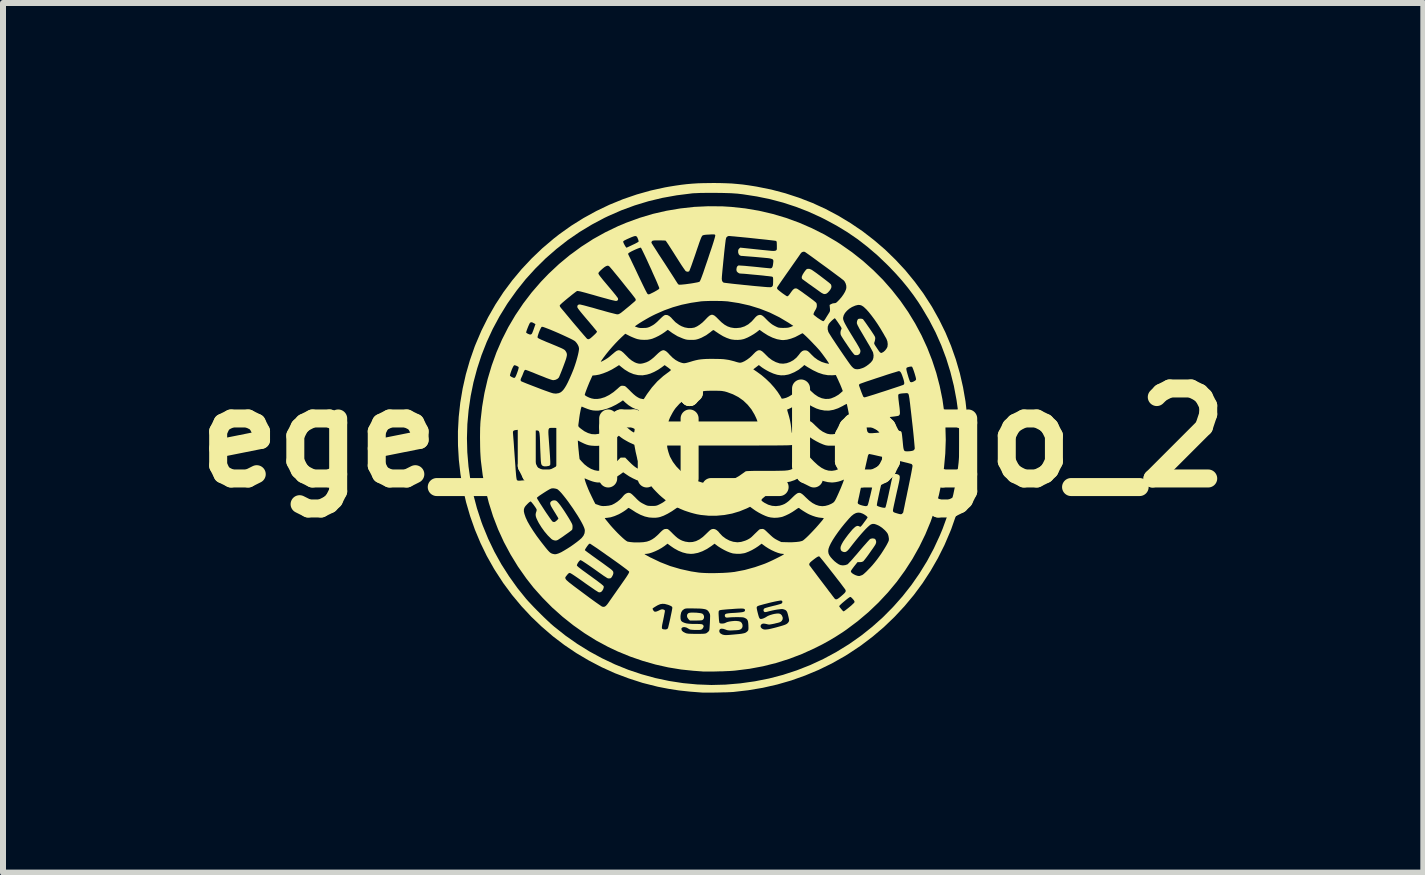
<source format=kicad_pcb>
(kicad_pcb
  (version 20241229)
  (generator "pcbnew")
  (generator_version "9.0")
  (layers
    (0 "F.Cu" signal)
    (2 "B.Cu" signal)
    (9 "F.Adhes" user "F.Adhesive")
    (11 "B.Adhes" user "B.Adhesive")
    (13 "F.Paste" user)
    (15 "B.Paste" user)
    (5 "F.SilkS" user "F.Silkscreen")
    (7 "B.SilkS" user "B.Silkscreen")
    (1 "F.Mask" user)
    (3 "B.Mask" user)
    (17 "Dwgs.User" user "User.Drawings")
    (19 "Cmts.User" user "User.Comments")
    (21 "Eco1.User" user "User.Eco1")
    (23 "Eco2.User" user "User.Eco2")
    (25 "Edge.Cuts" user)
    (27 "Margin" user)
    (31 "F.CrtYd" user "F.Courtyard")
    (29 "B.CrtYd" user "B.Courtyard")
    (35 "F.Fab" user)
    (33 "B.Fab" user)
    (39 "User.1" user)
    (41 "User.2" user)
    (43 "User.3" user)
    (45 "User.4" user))
  (footprint "ege_uni_logo_2"
    (layer "F.Cu")
    (at 8.836 4.246)
    (property "Reference" "ege_uni_logo_2" (at 0 0 0) (layer "F.SilkS") (effects (font (size 1.5 1.5) (thickness 0.3))))
    (attr board_only exclude_from_pos_files exclude_from_bom)
    (fp_poly (pts (xy -0.318 2.914) (xy -0.28 2.915) (xy -0.243 2.919) (xy -0.211 2.923) (xy -0.188 2.929) (xy -0.18 2.932) (xy -0.162 2.95) (xy -0.153 2.973) (xy -0.153 2.998) (xy -0.161 3.021) (xy -0.178 3.037) (xy -0.183 3.039) (xy -0.197 3.042) (xy -0.222 3.044) (xy -0.255 3.045) (xy -0.291 3.046) (xy -0.295 3.046) (xy -0.388 3.046) (xy -0.413 3.022) (xy -0.43 2.997) (xy -0.437 2.971) (xy -0.433 2.946) (xy -0.419 2.927) (xy -0.403 2.919) (xy -0.383 2.915) (xy -0.354 2.913)) (stroke (width 0) (type solid)) (fill yes) (layer "F.SilkS"))
    (fp_poly (pts (xy 1.604 -2.815) (xy 1.635 -2.803) (xy 1.653 -2.792) (xy 1.686 -2.769) (xy 1.723 -2.743) (xy 1.763 -2.713) (xy 1.803 -2.683) (xy 1.842 -2.653) (xy 1.879 -2.625) (xy 1.911 -2.6) (xy 1.937 -2.579) (xy 1.954 -2.564) (xy 1.962 -2.556) (xy 1.971 -2.529) (xy 1.968 -2.5) (xy 1.952 -2.469) (xy 1.939 -2.451) (xy 1.911 -2.42) (xy 1.885 -2.401) (xy 1.861 -2.395) (xy 1.836 -2.399) (xy 1.806 -2.415) (xy 1.798 -2.42) (xy 1.781 -2.432) (xy 1.756 -2.45) (xy 1.725 -2.472) (xy 1.689 -2.498) (xy 1.651 -2.525) (xy 1.613 -2.552) (xy 1.576 -2.578) (xy 1.544 -2.602) (xy 1.516 -2.622) (xy 1.496 -2.637) (xy 1.486 -2.644) (xy 1.485 -2.645) (xy 1.476 -2.662) (xy 1.477 -2.686) (xy 1.489 -2.716) (xy 1.51 -2.751) (xy 1.527 -2.775) (xy 1.542 -2.794) (xy 1.553 -2.806) (xy 1.554 -2.808) (xy 1.576 -2.816)) (stroke (width 0) (type solid)) (fill yes) (layer "F.SilkS"))
    (fp_poly (pts (xy 0.11 -4.245) (xy 0.212 -4.242) (xy 0.308 -4.238) (xy 0.399 -4.23) (xy 0.491 -4.221) (xy 0.586 -4.208) (xy 0.687 -4.192) (xy 0.729 -4.185) (xy 0.968 -4.137) (xy 1.202 -4.075) (xy 1.431 -4) (xy 1.656 -3.913) (xy 1.874 -3.813) (xy 2.087 -3.7) (xy 2.292 -3.576) (xy 2.491 -3.441) (xy 2.681 -3.294) (xy 2.864 -3.137) (xy 3.037 -2.969) (xy 3.202 -2.792) (xy 3.356 -2.604) (xy 3.501 -2.408) (xy 3.634 -2.202) (xy 3.647 -2.181) (xy 3.765 -1.97) (xy 3.871 -1.754) (xy 3.964 -1.532) (xy 4.044 -1.305) (xy 4.111 -1.075) (xy 4.164 -0.842) (xy 4.205 -0.607) (xy 4.232 -0.369) (xy 4.246 -0.131) (xy 4.247 0.109) (xy 4.234 0.348) (xy 4.208 0.586) (xy 4.168 0.823) (xy 4.115 1.058) (xy 4.048 1.291) (xy 3.968 1.52) (xy 3.951 1.562) (xy 3.854 1.789) (xy 3.744 2.008) (xy 3.622 2.22) (xy 3.489 2.424) (xy 3.344 2.62) (xy 3.188 2.807) (xy 3.022 2.985) (xy 2.846 3.154) (xy 2.659 3.313) (xy 2.464 3.461) (xy 2.259 3.598) (xy 2.19 3.641) (xy 1.977 3.761) (xy 1.758 3.868) (xy 1.533 3.962) (xy 1.303 4.044) (xy 1.067 4.112) (xy 0.826 4.167) (xy 0.581 4.208) (xy 0.34 4.236) (xy 0.309 4.238) (xy 0.266 4.24) (xy 0.215 4.242) (xy 0.157 4.243) (xy 0.097 4.245) (xy 0.035 4.246) (xy -0.024 4.247) (xy -0.079 4.247) (xy -0.127 4.247) (xy -0.165 4.247) (xy -0.186 4.246) (xy -0.383 4.231) (xy -0.57 4.211) (xy -0.749 4.183) (xy -0.923 4.149) (xy -0.939 4.145) (xy -1.177 4.085) (xy -1.409 4.01) (xy -1.637 3.924) (xy -1.858 3.824) (xy -2.072 3.712) (xy -2.28 3.589) (xy -2.48 3.454) (xy -2.672 3.308) (xy -2.856 3.15) (xy -3.031 2.983) (xy -3.197 2.805) (xy -3.353 2.618) (xy -3.499 2.421) (xy -3.633 2.215) (xy -3.654 2.181) (xy -3.773 1.97) (xy -3.878 1.754) (xy -3.971 1.532) (xy -4.051 1.305) (xy -4.118 1.075) (xy -4.172 0.842) (xy -4.212 0.607) (xy -4.239 0.369) (xy -4.253 0.131) (xy -4.254 0.007) (xy -4.104 0.007) (xy -4.098 0.242) (xy -4.078 0.478) (xy -4.045 0.712) (xy -3.998 0.945) (xy -3.937 1.176) (xy -3.862 1.405) (xy -3.84 1.464) (xy -3.75 1.683) (xy -3.647 1.898) (xy -3.531 2.107) (xy -3.402 2.309) (xy -3.263 2.504) (xy -3.121 2.68) (xy -3.084 2.722) (xy -3.039 2.77) (xy -2.988 2.824) (xy -2.932 2.881) (xy -2.875 2.938) (xy -2.817 2.995) (xy -2.762 3.047) (xy -2.711 3.095) (xy -2.666 3.134) (xy -2.652 3.146) (xy -2.462 3.297) (xy -2.265 3.435) (xy -2.062 3.561) (xy -1.852 3.675) (xy -1.637 3.777) (xy -1.417 3.866) (xy -1.193 3.941) (xy -0.965 4.004) (xy -0.735 4.053) (xy -0.501 4.089) (xy -0.266 4.111) (xy -0.029 4.12) (xy 0.204 4.114) (xy 0.451 4.093) (xy 0.693 4.059) (xy 0.931 4.012) (xy 1.164 3.951) (xy 1.393 3.876) (xy 1.617 3.788) (xy 1.835 3.687) (xy 2.049 3.572) (xy 2.257 3.444) (xy 2.268 3.437) (xy 2.464 3.299) (xy 2.651 3.15) (xy 2.829 2.991) (xy 2.997 2.821) (xy 3.155 2.643) (xy 3.303 2.455) (xy 3.439 2.259) (xy 3.564 2.056) (xy 3.677 1.845) (xy 3.777 1.629) (xy 3.824 1.516) (xy 3.893 1.326) (xy 3.953 1.135) (xy 4.002 0.943) (xy 4.043 0.745) (xy 4.075 0.539) (xy 4.09 0.412) (xy 4.094 0.363) (xy 4.098 0.302) (xy 4.1 0.231) (xy 4.102 0.154) (xy 4.103 0.073) (xy 4.103 -0.01) (xy 4.103 -0.091) (xy 4.101 -0.17) (xy 4.099 -0.243) (xy 4.096 -0.308) (xy 4.092 -0.361) (xy 4.09 -0.38) (xy 4.056 -0.627) (xy 4.011 -0.866) (xy 3.953 -1.098) (xy 3.883 -1.324) (xy 3.801 -1.543) (xy 3.706 -1.757) (xy 3.598 -1.965) (xy 3.477 -2.169) (xy 3.421 -2.257) (xy 3.334 -2.382) (xy 3.244 -2.501) (xy 3.149 -2.617) (xy 3.046 -2.733) (xy 2.933 -2.852) (xy 2.9 -2.885) (xy 2.739 -3.039) (xy 2.575 -3.179) (xy 2.408 -3.309) (xy 2.234 -3.428) (xy 2.052 -3.538) (xy 1.859 -3.642) (xy 1.789 -3.677) (xy 1.584 -3.77) (xy 1.377 -3.85) (xy 1.166 -3.919) (xy 0.95 -3.976) (xy 0.727 -4.022) (xy 0.495 -4.058) (xy 0.401 -4.069) (xy 0.356 -4.072) (xy 0.3 -4.076) (xy 0.234 -4.078) (xy 0.161 -4.08) (xy 0.083 -4.081) (xy 0.004 -4.082) (xy -0.075 -4.082) (xy -0.151 -4.081) (xy -0.222 -4.08) (xy -0.284 -4.077) (xy -0.337 -4.075) (xy -0.362 -4.072) (xy -0.608 -4.041) (xy -0.847 -3.998) (xy -1.08 -3.942) (xy -1.307 -3.873) (xy -1.53 -3.791) (xy -1.749 -3.695) (xy -1.81 -3.666) (xy -2.021 -3.554) (xy -2.226 -3.43) (xy -2.423 -3.295) (xy -2.612 -3.147) (xy -2.792 -2.99) (xy -2.963 -2.821) (xy -3.124 -2.644) (xy -3.274 -2.456) (xy -3.414 -2.26) (xy -3.435 -2.229) (xy -3.561 -2.024) (xy -3.674 -1.814) (xy -3.774 -1.598) (xy -3.861 -1.377) (xy -3.934 -1.153) (xy -3.995 -0.925) (xy -4.042 -0.695) (xy -4.076 -0.462) (xy -4.097 -0.228) (xy -4.104 0.007) (xy -4.254 0.007) (xy -4.254 -0.109) (xy -4.241 -0.348) (xy -4.215 -0.586) (xy -4.175 -0.823) (xy -4.122 -1.058) (xy -4.055 -1.291) (xy -3.975 -1.52) (xy -3.958 -1.562) (xy -3.861 -1.789) (xy -3.751 -2.009) (xy -3.629 -2.222) (xy -3.495 -2.427) (xy -3.349 -2.623) (xy -3.192 -2.811) (xy -3.024 -2.99) (xy -2.846 -3.16) (xy -2.657 -3.32) (xy -2.565 -3.392) (xy -2.367 -3.533) (xy -2.161 -3.662) (xy -1.948 -3.779) (xy -1.729 -3.884) (xy -1.504 -3.976) (xy -1.274 -4.055) (xy -1.04 -4.121) (xy -0.803 -4.173) (xy -0.736 -4.185) (xy -0.631 -4.202) (xy -0.534 -4.216) (xy -0.442 -4.227) (xy -0.35 -4.235) (xy -0.257 -4.241) (xy -0.157 -4.244) (xy -0.049 -4.245) (xy -0.004 -4.246)) (stroke (width 0) (type solid)) (fill yes) (layer "F.SilkS"))
    (fp_poly (pts (xy 0.154 -3.857) (xy 0.301 -3.848) (xy 0.533 -3.823) (xy 0.763 -3.784) (xy 0.99 -3.731) (xy 1.213 -3.665) (xy 1.432 -3.585) (xy 1.646 -3.492) (xy 1.855 -3.387) (xy 2.056 -3.269) (xy 2.121 -3.227) (xy 2.314 -3.092) (xy 2.496 -2.948) (xy 2.668 -2.794) (xy 2.83 -2.632) (xy 2.98 -2.461) (xy 3.12 -2.283) (xy 3.249 -2.097) (xy 3.366 -1.905) (xy 3.472 -1.707) (xy 3.566 -1.503) (xy 3.648 -1.294) (xy 3.718 -1.081) (xy 3.775 -0.863) (xy 3.82 -0.643) (xy 3.852 -0.419) (xy 3.87 -0.193) (xy 3.876 0.035) (xy 3.868 0.264) (xy 3.847 0.494) (xy 3.811 0.725) (xy 3.762 0.953) (xy 3.7 1.178) (xy 3.624 1.397) (xy 3.535 1.611) (xy 3.434 1.818) (xy 3.321 2.019) (xy 3.196 2.213) (xy 3.06 2.4) (xy 2.912 2.578) (xy 2.754 2.747) (xy 2.586 2.907) (xy 2.408 3.057) (xy 2.221 3.197) (xy 2.156 3.242) (xy 2.045 3.313) (xy 1.933 3.38) (xy 1.817 3.444) (xy 1.691 3.507) (xy 1.688 3.509) (xy 1.478 3.604) (xy 1.266 3.685) (xy 1.05 3.753) (xy 0.831 3.808) (xy 0.606 3.85) (xy 0.374 3.879) (xy 0.355 3.881) (xy 0.318 3.884) (xy 0.271 3.887) (xy 0.217 3.889) (xy 0.158 3.892) (xy 0.096 3.893) (xy 0.035 3.895) (xy -0.024 3.896) (xy -0.078 3.896) (xy -0.124 3.896) (xy -0.16 3.896) (xy -0.176 3.895) (xy -0.196 3.893) (xy -0.226 3.891) (xy -0.264 3.888) (xy -0.305 3.885) (xy -0.323 3.884) (xy -0.534 3.862) (xy -0.748 3.827) (xy -0.962 3.779) (xy -1.175 3.718) (xy -1.384 3.646) (xy -1.589 3.562) (xy -1.75 3.486) (xy -1.949 3.379) (xy -2.143 3.258) (xy -2.33 3.126) (xy -2.51 2.983) (xy -2.662 2.847) (xy -1.011 2.847) (xy -1.008 2.857) (xy -1 2.873) (xy -1 2.874) (xy -0.987 2.891) (xy -0.972 2.899) (xy -0.95 2.897) (xy -0.92 2.886) (xy -0.906 2.879) (xy -0.879 2.866) (xy -0.86 2.86) (xy -0.845 2.859) (xy -0.833 2.861) (xy -0.816 2.868) (xy -0.806 2.877) (xy -0.805 2.878) (xy -0.805 2.888) (xy -0.808 2.909) (xy -0.814 2.94) (xy -0.821 2.978) (xy -0.83 3.021) (xy -0.831 3.028) (xy -0.842 3.079) (xy -0.85 3.117) (xy -0.854 3.145) (xy -0.855 3.165) (xy -0.853 3.178) (xy -0.847 3.185) (xy -0.838 3.189) (xy -0.829 3.192) (xy -0.795 3.195) (xy -0.77 3.189) (xy -0.755 3.176) (xy -0.755 3.175) (xy -0.751 3.163) (xy -0.745 3.139) (xy -0.737 3.106) (xy -0.728 3.067) (xy -0.718 3.024) (xy -0.709 2.98) (xy -0.709 2.98) (xy -0.545 2.98) (xy -0.544 3.015) (xy -0.539 3.039) (xy -0.53 3.055) (xy -0.514 3.068) (xy -0.503 3.074) (xy -0.476 3.085) (xy -0.444 3.094) (xy -0.405 3.099) (xy -0.356 3.102) (xy -0.296 3.103) (xy -0.293 3.103) (xy -0.252 3.103) (xy -0.222 3.104) (xy -0.201 3.106) (xy -0.188 3.108) (xy -0.179 3.112) (xy -0.172 3.117) (xy -0.172 3.118) (xy -0.161 3.131) (xy -0.159 3.144) (xy -0.166 3.162) (xy -0.168 3.167) (xy -0.178 3.182) (xy -0.19 3.193) (xy -0.208 3.199) (xy -0.234 3.203) (xy -0.27 3.203) (xy -0.299 3.203) (xy -0.336 3.201) (xy -0.362 3.199) (xy -0.38 3.197) (xy -0.394 3.192) (xy -0.407 3.185) (xy -0.413 3.181) (xy -0.443 3.164) (xy -0.472 3.156) (xy -0.497 3.156) (xy -0.517 3.163) (xy -0.529 3.177) (xy -0.53 3.188) (xy -0.523 3.212) (xy -0.502 3.233) (xy -0.468 3.251) (xy -0.461 3.254) (xy -0.448 3.259) (xy -0.432 3.262) (xy -0.413 3.265) (xy -0.387 3.266) (xy -0.353 3.267) (xy -0.308 3.268) (xy -0.281 3.268) (xy -0.227 3.268) (xy -0.186 3.267) (xy -0.156 3.266) (xy -0.135 3.263) (xy -0.121 3.26) (xy -0.116 3.258) (xy -0.097 3.245) (xy -0.079 3.229) (xy -0.079 3.229) (xy -0.073 3.222) (xy -0.068 3.214) (xy -0.064 3.202) (xy -0.062 3.186) (xy -0.06 3.162) (xy -0.058 3.128) (xy -0.055 3.083) (xy -0.055 3.078) (xy -0.053 3.032) (xy -0.052 2.997) (xy -0.051 2.972) (xy -0.052 2.954) (xy -0.054 2.941) (xy -0.058 2.93) (xy -0.062 2.923) (xy 0.09 2.923) (xy 0.091 2.953) (xy 0.093 2.987) (xy 0.095 3.021) (xy 0.098 3.051) (xy 0.102 3.074) (xy 0.105 3.085) (xy 0.114 3.092) (xy 0.133 3.096) (xy 0.157 3.096) (xy 0.181 3.093) (xy 0.201 3.086) (xy 0.205 3.084) (xy 0.231 3.072) (xy 0.266 3.063) (xy 0.307 3.057) (xy 0.349 3.053) (xy 0.39 3.053) (xy 0.426 3.057) (xy 0.452 3.065) (xy 0.456 3.067) (xy 0.475 3.085) (xy 0.487 3.111) (xy 0.49 3.139) (xy 0.485 3.16) (xy 0.475 3.177) (xy 0.462 3.189) (xy 0.444 3.198) (xy 0.419 3.204) (xy 0.384 3.207) (xy 0.341 3.209) (xy 0.301 3.211) (xy 0.271 3.211) (xy 0.25 3.209) (xy 0.233 3.206) (xy 0.218 3.201) (xy 0.208 3.197) (xy 0.172 3.185) (xy 0.141 3.181) (xy 0.119 3.186) (xy 0.11 3.193) (xy 0.101 3.216) (xy 0.104 3.239) (xy 0.12 3.26) (xy 0.147 3.276) (xy 0.154 3.279) (xy 0.168 3.283) (xy 0.182 3.286) (xy 0.199 3.288) (xy 0.221 3.288) (xy 0.249 3.287) (xy 0.286 3.284) (xy 0.333 3.28) (xy 0.376 3.276) (xy 0.43 3.271) (xy 0.471 3.266) (xy 0.502 3.26) (xy 0.526 3.254) (xy 0.544 3.246) (xy 0.558 3.236) (xy 0.572 3.224) (xy 0.572 3.223) (xy 0.58 3.214) (xy 0.585 3.204) (xy 0.587 3.19) (xy 0.588 3.17) (xy 0.587 3.139) (xy 0.587 3.13) (xy 0.584 3.088) (xy 0.579 3.057) (xy 0.57 3.035) (xy 0.556 3.019) (xy 0.535 3.006) (xy 0.528 3.003) (xy 0.514 2.997) (xy 0.498 2.993) (xy 0.476 2.991) (xy 0.447 2.99) (xy 0.408 2.989) (xy 0.391 2.989) (xy 0.35 2.99) (xy 0.311 2.991) (xy 0.279 2.993) (xy 0.256 2.995) (xy 0.251 2.996) (xy 0.222 2.997) (xy 0.203 2.989) (xy 0.194 2.971) (xy 0.194 2.964) (xy 0.195 2.952) (xy 0.199 2.943) (xy 0.209 2.936) (xy 0.226 2.93) (xy 0.251 2.926) (xy 0.287 2.922) (xy 0.334 2.919) (xy 0.358 2.918) (xy 0.413 2.914) (xy 0.456 2.91) (xy 0.487 2.906) (xy 0.508 2.9) (xy 0.521 2.894) (xy 0.528 2.886) (xy 0.53 2.875) (xy 0.53 2.875) (xy 0.529 2.865) (xy 0.526 2.858) (xy 0.517 2.852) (xy 0.504 2.848) (xy 0.483 2.846) (xy 0.454 2.846) (xy 0.415 2.847) (xy 0.365 2.85) (xy 0.303 2.855) (xy 0.281 2.856) (xy 0.226 2.86) (xy 0.184 2.864) (xy 0.152 2.867) (xy 0.13 2.87) (xy 0.114 2.873) (xy 0.105 2.876) (xy 0.099 2.88) (xy 0.095 2.886) (xy 0.093 2.888) (xy 0.091 2.901) (xy 0.09 2.923) (xy -0.062 2.923) (xy -0.063 2.92) (xy -0.066 2.916) (xy -0.077 2.896) (xy -0.09 2.881) (xy -0.105 2.869) (xy -0.125 2.86) (xy -0.151 2.854) (xy -0.185 2.849) (xy -0.228 2.846) (xy -0.283 2.845) (xy -0.333 2.844) (xy -0.38 2.843) (xy -0.414 2.843) (xy -0.439 2.844) (xy -0.457 2.846) (xy -0.47 2.849) (xy -0.48 2.853) (xy -0.487 2.857) (xy -0.516 2.88) (xy -0.534 2.912) (xy -0.543 2.954) (xy -0.545 2.98) (xy -0.709 2.98) (xy -0.7 2.938) (xy -0.692 2.899) (xy -0.686 2.867) (xy -0.682 2.844) (xy -0.681 2.835) (xy 0.725 2.835) (xy 0.728 2.855) (xy 0.734 2.884) (xy 0.743 2.921) (xy 0.754 2.962) (xy 0.763 2.99) (xy 0.772 3.008) (xy 0.783 3.018) (xy 0.797 3.02) (xy 0.815 3.017) (xy 0.816 3.017) (xy 0.842 3.008) (xy 0.869 2.995) (xy 0.877 2.99) (xy 0.91 2.97) (xy 0.947 2.955) (xy 0.991 2.942) (xy 1.021 2.935) (xy 1.064 2.929) (xy 1.097 2.929) (xy 1.122 2.938) (xy 1.14 2.955) (xy 1.146 2.964) (xy 1.159 2.996) (xy 1.158 3.024) (xy 1.144 3.05) (xy 1.141 3.053) (xy 1.131 3.062) (xy 1.119 3.07) (xy 1.102 3.077) (xy 1.077 3.084) (xy 1.042 3.092) (xy 1.028 3.096) (xy 0.99 3.104) (xy 0.962 3.109) (xy 0.942 3.112) (xy 0.926 3.112) (xy 0.911 3.11) (xy 0.896 3.106) (xy 0.859 3.098) (xy 0.833 3.097) (xy 0.814 3.102) (xy 0.803 3.11) (xy 0.79 3.131) (xy 0.791 3.154) (xy 0.805 3.173) (xy 0.82 3.184) (xy 0.837 3.192) (xy 0.858 3.196) (xy 0.885 3.195) (xy 0.919 3.191) (xy 0.962 3.182) (xy 1.016 3.169) (xy 1.058 3.158) (xy 1.115 3.142) (xy 1.159 3.129) (xy 1.192 3.118) (xy 1.217 3.107) (xy 1.235 3.095) (xy 1.247 3.083) (xy 1.257 3.069) (xy 1.258 3.067) (xy 1.263 3.056) (xy 1.265 3.044) (xy 1.264 3.028) (xy 1.259 3.004) (xy 1.254 2.981) (xy 1.244 2.94) (xy 1.235 2.911) (xy 1.225 2.891) (xy 1.213 2.877) (xy 1.197 2.867) (xy 1.186 2.863) (xy 1.171 2.858) (xy 1.158 2.855) (xy 1.142 2.854) (xy 1.12 2.856) (xy 1.09 2.86) (xy 1.072 2.862) (xy 1.031 2.869) (xy 0.987 2.878) (xy 0.948 2.887) (xy 0.928 2.892) (xy 0.895 2.901) (xy 0.873 2.905) (xy 0.858 2.905) (xy 0.853 2.902) (xy 0.841 2.889) (xy 0.838 2.871) (xy 0.845 2.852) (xy 0.855 2.843) (xy 0.867 2.838) (xy 0.89 2.831) (xy 0.922 2.822) (xy 0.961 2.812) (xy 0.984 2.806) (xy 2.1 2.806) (xy 2.104 2.816) (xy 2.116 2.832) (xy 2.131 2.851) (xy 2.147 2.87) (xy 2.161 2.885) (xy 2.167 2.89) (xy 2.171 2.892) (xy 2.176 2.892) (xy 2.184 2.888) (xy 2.196 2.88) (xy 2.214 2.866) (xy 2.24 2.846) (xy 2.272 2.82) (xy 2.301 2.796) (xy 2.325 2.773) (xy 2.344 2.755) (xy 2.354 2.742) (xy 2.355 2.74) (xy 2.355 2.727) (xy 2.346 2.71) (xy 2.328 2.688) (xy 2.31 2.669) (xy 2.295 2.656) (xy 2.285 2.652) (xy 2.275 2.656) (xy 2.257 2.668) (xy 2.233 2.686) (xy 2.206 2.708) (xy 2.178 2.731) (xy 2.151 2.754) (xy 2.128 2.775) (xy 2.11 2.793) (xy 2.101 2.804) (xy 2.1 2.806) (xy 0.984 2.806) (xy 1 2.802) (xy 1.042 2.792) (xy 1.079 2.782) (xy 1.11 2.773) (xy 1.132 2.766) (xy 1.141 2.761) (xy 1.153 2.744) (xy 1.153 2.727) (xy 1.142 2.715) (xy 1.134 2.712) (xy 1.122 2.712) (xy 1.098 2.716) (xy 1.065 2.722) (xy 1.025 2.73) (xy 0.981 2.74) (xy 0.934 2.751) (xy 0.888 2.763) (xy 0.844 2.774) (xy 0.805 2.785) (xy 0.772 2.794) (xy 0.749 2.802) (xy 0.739 2.807) (xy 0.731 2.814) (xy 0.726 2.823) (xy 0.725 2.835) (xy -0.681 2.835) (xy -0.681 2.833) (xy -0.684 2.82) (xy -0.695 2.809) (xy -0.716 2.798) (xy -0.748 2.785) (xy -0.762 2.781) (xy -0.807 2.769) (xy -0.845 2.767) (xy -0.883 2.773) (xy -0.923 2.79) (xy -0.951 2.806) (xy -0.977 2.822) (xy -0.997 2.835) (xy -1.009 2.845) (xy -1.011 2.847) (xy -2.662 2.847) (xy -2.682 2.83) (xy -2.843 2.667) (xy -2.995 2.497) (xy -3.118 2.34) (xy -3.122 2.334) (xy -2.465 2.334) (xy -2.463 2.345) (xy -2.457 2.357) (xy -2.445 2.372) (xy -2.426 2.389) (xy -2.401 2.411) (xy -2.367 2.437) (xy -2.325 2.47) (xy -2.274 2.508) (xy -2.212 2.554) (xy -2.168 2.587) (xy -2.11 2.63) (xy -2.055 2.671) (xy -2.004 2.708) (xy -1.958 2.741) (xy -1.918 2.769) (xy -1.886 2.791) (xy -1.863 2.807) (xy -1.849 2.815) (xy -1.847 2.815) (xy -1.826 2.818) (xy -1.807 2.814) (xy -1.788 2.801) (xy -1.767 2.778) (xy -1.749 2.754) (xy -1.736 2.735) (xy -1.716 2.706) (xy -1.69 2.669) (xy -1.66 2.626) (xy -1.626 2.578) (xy -1.59 2.526) (xy -1.553 2.474) (xy -1.512 2.415) (xy -1.478 2.366) (xy -1.451 2.327) (xy -1.431 2.296) (xy -1.416 2.272) (xy -1.407 2.255) (xy -1.402 2.243) (xy -1.4 2.235) (xy -1.4 2.233) (xy -1.405 2.226) (xy -1.418 2.215) (xy -1.439 2.197) (xy -1.47 2.174) (xy -1.51 2.144) (xy -1.56 2.107) (xy -1.62 2.064) (xy -1.692 2.013) (xy -1.721 1.992) (xy -1.782 1.95) (xy -1.798 1.938) (xy -1.144 1.938) (xy -1.136 1.945) (xy -1.136 1.945) (xy -1.124 1.952) (xy -1.103 1.964) (xy -1.075 1.979) (xy -1.043 1.997) (xy -1.039 1.998) (xy -0.88 2.074) (xy -0.716 2.138) (xy -0.546 2.188) (xy -0.369 2.227) (xy -0.237 2.247) (xy -0.188 2.251) (xy -0.128 2.254) (xy -0.061 2.256) (xy 0.012 2.256) (xy 0.087 2.254) (xy 0.16 2.252) (xy 0.229 2.248) (xy 0.291 2.243) (xy 0.342 2.237) (xy 0.348 2.237) (xy 0.526 2.203) (xy 0.696 2.156) (xy 0.823 2.112) (xy 1.6 2.112) (xy 1.605 2.125) (xy 1.606 2.128) (xy 1.625 2.152) (xy 1.649 2.185) (xy 1.678 2.223) (xy 1.711 2.267) (xy 1.746 2.314) (xy 1.783 2.363) (xy 1.821 2.413) (xy 1.859 2.463) (xy 1.895 2.51) (xy 1.928 2.555) (xy 1.959 2.594) (xy 1.984 2.628) (xy 2.004 2.654) (xy 2.018 2.672) (xy 2.023 2.679) (xy 2.036 2.69) (xy 2.049 2.693) (xy 2.065 2.69) (xy 2.086 2.677) (xy 2.114 2.656) (xy 2.134 2.639) (xy 2.166 2.611) (xy 2.189 2.589) (xy 2.202 2.573) (xy 2.208 2.559) (xy 2.208 2.547) (xy 2.205 2.536) (xy 2.199 2.526) (xy 2.185 2.507) (xy 2.164 2.479) (xy 2.138 2.444) (xy 2.108 2.404) (xy 2.073 2.36) (xy 2.037 2.313) (xy 1.999 2.264) (xy 1.961 2.216) (xy 1.924 2.168) (xy 1.888 2.123) (xy 1.855 2.081) (xy 1.826 2.045) (xy 1.801 2.015) (xy 1.783 1.993) (xy 1.771 1.98) (xy 1.768 1.977) (xy 1.757 1.977) (xy 1.745 1.981) (xy 1.73 1.989) (xy 1.709 2.003) (xy 1.681 2.024) (xy 1.672 2.031) (xy 1.638 2.058) (xy 1.615 2.079) (xy 1.603 2.097) (xy 1.6 2.112) (xy 0.823 2.112) (xy 0.859 2.099) (xy 0.876 2.092) (xy 0.909 2.078) (xy 0.949 2.06) (xy 0.992 2.04) (xy 1.035 2.019) (xy 1.077 1.998) (xy 1.114 1.979) (xy 1.145 1.963) (xy 1.166 1.95) (xy 1.173 1.945) (xy 1.181 1.939) (xy 1.177 1.936) (xy 1.165 1.935) (xy 1.126 1.931) (xy 1.079 1.918) (xy 1.027 1.898) (xy 1.01 1.89) (xy 1.917 1.89) (xy 1.921 1.921) (xy 1.921 1.924) (xy 1.934 1.955) (xy 1.957 1.989) (xy 1.988 2.024) (xy 2.022 2.058) (xy 2.059 2.087) (xy 2.094 2.11) (xy 2.124 2.122) (xy 2.162 2.127) (xy 2.202 2.122) (xy 2.237 2.11) (xy 2.239 2.109) (xy 2.249 2.1) (xy 2.266 2.082) (xy 2.291 2.056) (xy 2.321 2.023) (xy 2.355 1.983) (xy 2.393 1.94) (xy 2.431 1.895) (xy 2.47 1.849) (xy 2.507 1.806) (xy 2.541 1.768) (xy 2.569 1.736) (xy 2.593 1.71) (xy 2.609 1.693) (xy 2.617 1.686) (xy 2.636 1.68) (xy 2.659 1.677) (xy 2.661 1.677) (xy 2.689 1.682) (xy 2.707 1.698) (xy 2.715 1.724) (xy 2.716 1.736) (xy 2.715 1.747) (xy 2.712 1.758) (xy 2.707 1.772) (xy 2.697 1.79) (xy 2.682 1.813) (xy 2.661 1.844) (xy 2.633 1.883) (xy 2.617 1.906) (xy 2.589 1.946) (xy 2.562 1.983) (xy 2.538 2.014) (xy 2.518 2.039) (xy 2.505 2.055) (xy 2.5 2.059) (xy 2.478 2.069) (xy 2.448 2.073) (xy 2.443 2.073) (xy 2.405 2.073) (xy 2.349 2.143) (xy 2.328 2.171) (xy 2.31 2.196) (xy 2.298 2.215) (xy 2.294 2.226) (xy 2.294 2.226) (xy 2.301 2.243) (xy 2.319 2.26) (xy 2.344 2.276) (xy 2.373 2.29) (xy 2.403 2.3) (xy 2.429 2.304) (xy 2.44 2.303) (xy 2.462 2.296) (xy 2.485 2.287) (xy 2.487 2.286) (xy 2.503 2.275) (xy 2.526 2.255) (xy 2.555 2.228) (xy 2.586 2.196) (xy 2.62 2.161) (xy 2.653 2.125) (xy 2.683 2.089) (xy 2.692 2.078) (xy 2.728 2.033) (xy 2.764 1.984) (xy 2.8 1.933) (xy 2.833 1.882) (xy 2.863 1.834) (xy 2.889 1.79) (xy 2.909 1.752) (xy 2.923 1.722) (xy 2.928 1.705) (xy 2.928 1.677) (xy 2.922 1.641) (xy 2.92 1.633) (xy 2.913 1.61) (xy 2.904 1.592) (xy 2.891 1.574) (xy 2.872 1.552) (xy 2.857 1.537) (xy 2.815 1.5) (xy 2.773 1.472) (xy 2.751 1.46) (xy 2.713 1.444) (xy 2.684 1.436) (xy 2.659 1.435) (xy 2.634 1.442) (xy 2.624 1.447) (xy 2.605 1.461) (xy 2.578 1.485) (xy 2.544 1.518) (xy 2.506 1.559) (xy 2.464 1.606) (xy 2.419 1.659) (xy 2.372 1.716) (xy 2.325 1.775) (xy 2.29 1.82) (xy 2.263 1.855) (xy 2.24 1.88) (xy 2.221 1.895) (xy 2.204 1.903) (xy 2.186 1.905) (xy 2.173 1.903) (xy 2.145 1.892) (xy 2.128 1.873) (xy 2.122 1.844) (xy 2.121 1.84) (xy 2.126 1.811) (xy 2.141 1.775) (xy 2.166 1.73) (xy 2.202 1.678) (xy 2.248 1.616) (xy 2.285 1.571) (xy 2.321 1.528) (xy 2.352 1.498) (xy 2.377 1.478) (xy 2.4 1.469) (xy 2.42 1.47) (xy 2.44 1.479) (xy 2.441 1.479) (xy 2.447 1.483) (xy 2.454 1.483) (xy 2.462 1.477) (xy 2.473 1.465) (xy 2.49 1.444) (xy 2.513 1.413) (xy 2.514 1.411) (xy 2.536 1.382) (xy 2.554 1.357) (xy 2.567 1.338) (xy 2.573 1.328) (xy 2.573 1.327) (xy 2.567 1.316) (xy 2.552 1.302) (xy 2.53 1.286) (xy 2.505 1.271) (xy 2.491 1.264) (xy 2.452 1.25) (xy 2.415 1.247) (xy 2.38 1.254) (xy 2.343 1.273) (xy 2.304 1.304) (xy 2.262 1.348) (xy 2.256 1.355) (xy 2.192 1.429) (xy 2.133 1.502) (xy 2.08 1.573) (xy 2.033 1.64) (xy 1.993 1.702) (xy 1.961 1.758) (xy 1.937 1.808) (xy 1.923 1.848) (xy 1.921 1.855) (xy 1.917 1.89) (xy 1.01 1.89) (xy 0.973 1.873) (xy 0.919 1.843) (xy 0.869 1.811) (xy 0.864 1.807) (xy 0.807 1.765) (xy 0.75 1.808) (xy 0.701 1.84) (xy 0.647 1.871) (xy 0.592 1.897) (xy 0.541 1.917) (xy 0.516 1.924) (xy 0.457 1.933) (xy 0.393 1.934) (xy 0.332 1.928) (xy 0.315 1.924) (xy 0.277 1.912) (xy 0.23 1.893) (xy 0.181 1.869) (xy 0.133 1.842) (xy 0.09 1.815) (xy 0.074 1.804) (xy 0.023 1.765) (xy -0.031 1.805) (xy -0.104 1.853) (xy -0.179 1.891) (xy -0.254 1.918) (xy -0.327 1.932) (xy -0.372 1.935) (xy -0.438 1.929) (xy -0.509 1.911) (xy -0.581 1.882) (xy -0.653 1.842) (xy -0.707 1.805) (xy -0.761 1.765) (xy -0.812 1.804) (xy -0.86 1.836) (xy -0.913 1.866) (xy -0.968 1.892) (xy -1.021 1.913) (xy -1.071 1.928) (xy -1.114 1.935) (xy -1.125 1.935) (xy -1.141 1.936) (xy -1.144 1.938) (xy -1.798 1.938) (xy -1.838 1.91) (xy -1.891 1.873) (xy -1.938 1.84) (xy -1.979 1.813) (xy -2.012 1.791) (xy -2.036 1.775) (xy -2.05 1.766) (xy -2.053 1.765) (xy -2.063 1.766) (xy -2.074 1.774) (xy -2.088 1.791) (xy -2.105 1.814) (xy -2.121 1.838) (xy -2.133 1.858) (xy -2.138 1.871) (xy -2.138 1.873) (xy -2.132 1.879) (xy -2.115 1.892) (xy -2.089 1.912) (xy -2.055 1.936) (xy -2.015 1.966) (xy -1.97 1.998) (xy -1.923 2.032) (xy -1.873 2.067) (xy -1.826 2.101) (xy -1.784 2.132) (xy -1.747 2.159) (xy -1.717 2.181) (xy -1.697 2.197) (xy -1.687 2.205) (xy -1.668 2.228) (xy -1.663 2.254) (xy -1.67 2.283) (xy -1.684 2.31) (xy -1.697 2.33) (xy -1.709 2.34) (xy -1.722 2.343) (xy -1.733 2.344) (xy -1.74 2.344) (xy -1.747 2.344) (xy -1.753 2.343) (xy -1.761 2.34) (xy -1.771 2.335) (xy -1.784 2.326) (xy -1.803 2.314) (xy -1.828 2.298) (xy -1.86 2.275) (xy -1.9 2.247) (xy -1.949 2.212) (xy -2.007 2.171) (xy -2.066 2.13) (xy -2.113 2.098) (xy -2.151 2.073) (xy -2.179 2.055) (xy -2.199 2.044) (xy -2.211 2.039) (xy -2.214 2.039) (xy -2.226 2.048) (xy -2.241 2.065) (xy -2.256 2.087) (xy -2.267 2.109) (xy -2.272 2.125) (xy -2.272 2.126) (xy -2.269 2.133) (xy -2.259 2.143) (xy -2.241 2.159) (xy -2.214 2.18) (xy -2.179 2.207) (xy -2.133 2.24) (xy -2.077 2.281) (xy -2.05 2.3) (xy -1.99 2.344) (xy -1.94 2.38) (xy -1.901 2.41) (xy -1.87 2.433) (xy -1.849 2.451) (xy -1.834 2.464) (xy -1.826 2.474) (xy -1.824 2.478) (xy -1.825 2.498) (xy -1.833 2.523) (xy -1.847 2.547) (xy -1.863 2.565) (xy -1.871 2.571) (xy -1.891 2.576) (xy -1.906 2.575) (xy -1.916 2.571) (xy -1.936 2.558) (xy -1.965 2.54) (xy -2.001 2.515) (xy -2.043 2.486) (xy -2.091 2.453) (xy -2.141 2.418) (xy -2.15 2.411) (xy -2.212 2.367) (xy -2.264 2.331) (xy -2.305 2.303) (xy -2.338 2.281) (xy -2.362 2.266) (xy -2.38 2.256) (xy -2.391 2.252) (xy -2.394 2.252) (xy -2.411 2.26) (xy -2.432 2.282) (xy -2.438 2.29) (xy -2.448 2.303) (xy -2.457 2.314) (xy -2.463 2.324) (xy -2.465 2.334) (xy -3.122 2.334) (xy -3.254 2.146) (xy -3.377 1.945) (xy -3.488 1.738) (xy -3.585 1.526) (xy -3.669 1.308) (xy -3.704 1.196) (xy -3.155 1.196) (xy -3.155 1.229) (xy -3.146 1.269) (xy -3.126 1.327) (xy -3.095 1.394) (xy -3.053 1.468) (xy -3.001 1.55) (xy -2.94 1.639) (xy -2.868 1.735) (xy -2.795 1.828) (xy -2.767 1.862) (xy -2.745 1.887) (xy -2.728 1.904) (xy -2.714 1.916) (xy -2.701 1.924) (xy -2.686 1.931) (xy -2.683 1.932) (xy -2.65 1.94) (xy -2.62 1.94) (xy -2.585 1.93) (xy -2.572 1.925) (xy -2.532 1.907) (xy -2.485 1.88) (xy -2.432 1.848) (xy -2.377 1.813) (xy -2.323 1.775) (xy -2.273 1.738) (xy -2.229 1.703) (xy -2.194 1.672) (xy -2.192 1.67) (xy -2.162 1.632) (xy -2.144 1.591) (xy -2.139 1.549) (xy -2.142 1.523) (xy -2.153 1.492) (xy -2.171 1.452) (xy -2.195 1.406) (xy -2.225 1.353) (xy -2.232 1.342) (xy -1.806 1.342) (xy -1.803 1.347) (xy -1.795 1.357) (xy -1.78 1.376) (xy -1.761 1.399) (xy -1.748 1.415) (xy -1.713 1.458) (xy -1.674 1.502) (xy -1.633 1.546) (xy -1.592 1.589) (xy -1.552 1.628) (xy -1.515 1.663) (xy -1.481 1.693) (xy -1.453 1.715) (xy -1.432 1.728) (xy -1.424 1.731) (xy -1.38 1.738) (xy -1.328 1.743) (xy -1.272 1.744) (xy -1.216 1.743) (xy -1.164 1.74) (xy -1.121 1.733) (xy -1.104 1.73) (xy -1.058 1.714) (xy -1.017 1.693) (xy -0.976 1.665) (xy -0.932 1.627) (xy -0.909 1.605) (xy -0.878 1.573) (xy -0.854 1.55) (xy -0.835 1.535) (xy -0.82 1.526) (xy -0.806 1.521) (xy -0.79 1.52) (xy -0.781 1.519) (xy -0.769 1.52) (xy -0.758 1.522) (xy -0.747 1.529) (xy -0.733 1.54) (xy -0.714 1.558) (xy -0.687 1.584) (xy -0.675 1.597) (xy -0.63 1.64) (xy -0.591 1.673) (xy -0.553 1.697) (xy -0.516 1.715) (xy -0.475 1.728) (xy -0.465 1.731) (xy -0.403 1.74) (xy -0.343 1.737) (xy -0.286 1.722) (xy -0.229 1.694) (xy -0.172 1.653) (xy -0.125 1.609) (xy -0.092 1.577) (xy -0.067 1.553) (xy -0.048 1.537) (xy -0.032 1.527) (xy -0.018 1.522) (xy -0.003 1.52) (xy 0.004 1.519) (xy 0.031 1.524) (xy 0.057 1.538) (xy 0.085 1.562) (xy 0.107 1.589) (xy 0.154 1.639) (xy 0.209 1.68) (xy 0.269 1.712) (xy 0.333 1.733) (xy 0.396 1.741) (xy 0.405 1.742) (xy 0.467 1.735) (xy 0.533 1.715) (xy 0.566 1.701) (xy 0.592 1.687) (xy 0.615 1.673) (xy 0.639 1.654) (xy 0.666 1.628) (xy 0.689 1.605) (xy 0.716 1.579) (xy 0.74 1.556) (xy 0.759 1.538) (xy 0.771 1.528) (xy 0.773 1.527) (xy 0.789 1.522) (xy 0.812 1.52) (xy 0.817 1.519) (xy 0.829 1.52) (xy 0.84 1.523) (xy 0.852 1.529) (xy 0.866 1.54) (xy 0.886 1.558) (xy 0.913 1.584) (xy 0.927 1.597) (xy 0.962 1.63) (xy 0.99 1.655) (xy 1.015 1.674) (xy 1.04 1.69) (xy 1.068 1.705) (xy 1.071 1.707) (xy 1.135 1.738) (xy 1.246 1.741) (xy 1.318 1.741) (xy 1.382 1.737) (xy 1.435 1.731) (xy 1.476 1.721) (xy 1.487 1.717) (xy 1.503 1.707) (xy 1.527 1.687) (xy 1.557 1.66) (xy 1.592 1.626) (xy 1.63 1.587) (xy 1.67 1.545) (xy 1.71 1.502) (xy 1.749 1.458) (xy 1.785 1.416) (xy 1.818 1.377) (xy 1.843 1.343) (xy 1.84 1.339) (xy 1.823 1.336) (xy 1.802 1.334) (xy 1.76 1.329) (xy 1.711 1.318) (xy 1.659 1.301) (xy 1.61 1.281) (xy 1.595 1.274) (xy 1.568 1.26) (xy 1.537 1.242) (xy 1.506 1.223) (xy 1.477 1.204) (xy 1.453 1.188) (xy 1.437 1.175) (xy 1.434 1.172) (xy 1.428 1.169) (xy 1.419 1.171) (xy 1.404 1.179) (xy 1.381 1.195) (xy 1.367 1.205) (xy 1.319 1.237) (xy 1.265 1.268) (xy 1.211 1.294) (xy 1.159 1.315) (xy 1.133 1.322) (xy 1.078 1.331) (xy 1.018 1.334) (xy 0.959 1.328) (xy 0.914 1.318) (xy 0.868 1.301) (xy 0.815 1.277) (xy 0.76 1.248) (xy 0.707 1.216) (xy 0.671 1.191) (xy 0.615 1.15) (xy 0.557 1.178) (xy 0.439 1.226) (xy 0.315 1.263) (xy 0.187 1.287) (xy 0.056 1.299) (xy -0.076 1.299) (xy -0.207 1.286) (xy -0.269 1.275) (xy -0.319 1.263) (xy -0.374 1.248) (xy -0.43 1.23) (xy -0.483 1.212) (xy -0.528 1.193) (xy -0.552 1.183) (xy -0.576 1.171) (xy -0.592 1.166) (xy -0.602 1.166) (xy -0.609 1.17) (xy -0.686 1.223) (xy -0.759 1.266) (xy -0.826 1.299) (xy -0.887 1.321) (xy -0.892 1.322) (xy -0.92 1.328) (xy -0.956 1.332) (xy -0.992 1.333) (xy -1 1.333) (xy -1.069 1.328) (xy -1.139 1.312) (xy -1.211 1.284) (xy -1.287 1.244) (xy -1.344 1.207) (xy -1.374 1.188) (xy -1.394 1.176) (xy -1.407 1.17) (xy -1.415 1.169) (xy -1.42 1.173) (xy -1.435 1.187) (xy -1.46 1.206) (xy -1.491 1.227) (xy -1.525 1.248) (xy -1.559 1.267) (xy -1.574 1.275) (xy -1.644 1.305) (xy -1.708 1.325) (xy -1.767 1.334) (xy -1.769 1.334) (xy -1.793 1.336) (xy -1.804 1.338) (xy -1.806 1.342) (xy -2.232 1.342) (xy -2.259 1.297) (xy -2.297 1.239) (xy -2.336 1.179) (xy -2.377 1.121) (xy -2.417 1.064) (xy -2.457 1.011) (xy -2.495 0.963) (xy -2.529 0.922) (xy -2.56 0.889) (xy -2.585 0.866) (xy -2.601 0.855) (xy -2.625 0.848) (xy -2.654 0.843) (xy -2.666 0.843) (xy -2.68 0.843) (xy -2.693 0.844) (xy -2.707 0.849) (xy -2.723 0.856) (xy -2.744 0.868) (xy -2.773 0.885) (xy -2.811 0.909) (xy -2.822 0.916) (xy -2.86 0.941) (xy -2.893 0.963) (xy -2.918 0.982) (xy -2.934 0.995) (xy -2.938 1.001) (xy -2.935 1.01) (xy -2.924 1.03) (xy -2.907 1.057) (xy -2.886 1.092) (xy -2.861 1.13) (xy -2.834 1.172) (xy -2.806 1.215) (xy -2.778 1.257) (xy -2.751 1.296) (xy -2.727 1.331) (xy -2.706 1.361) (xy -2.69 1.382) (xy -2.68 1.394) (xy -2.678 1.396) (xy -2.66 1.403) (xy -2.649 1.404) (xy -2.636 1.4) (xy -2.619 1.388) (xy -2.602 1.373) (xy -2.587 1.357) (xy -2.58 1.346) (xy -2.58 1.344) (xy -2.584 1.336) (xy -2.594 1.318) (xy -2.61 1.292) (xy -2.629 1.26) (xy -2.648 1.23) (xy -2.676 1.184) (xy -2.697 1.149) (xy -2.71 1.121) (xy -2.716 1.1) (xy -2.716 1.084) (xy -2.71 1.071) (xy -2.702 1.061) (xy -2.679 1.047) (xy -2.65 1.042) (xy -2.622 1.047) (xy -2.618 1.049) (xy -2.601 1.062) (xy -2.578 1.087) (xy -2.549 1.123) (xy -2.517 1.168) (xy -2.481 1.221) (xy -2.442 1.282) (xy -2.401 1.348) (xy -2.384 1.377) (xy -2.366 1.409) (xy -2.354 1.432) (xy -2.347 1.451) (xy -2.344 1.468) (xy -2.344 1.485) (xy -2.345 1.509) (xy -2.349 1.528) (xy -2.353 1.535) (xy -2.361 1.542) (xy -2.379 1.556) (xy -2.404 1.575) (xy -2.435 1.597) (xy -2.468 1.62) (xy -2.501 1.644) (xy -2.533 1.666) (xy -2.561 1.684) (xy -2.582 1.698) (xy -2.594 1.705) (xy -2.621 1.713) (xy -2.653 1.709) (xy -2.684 1.696) (xy -2.7 1.683) (xy -2.756 1.628) (xy -2.811 1.563) (xy -2.862 1.492) (xy -2.907 1.42) (xy -2.928 1.379) (xy -2.947 1.338) (xy -2.957 1.305) (xy -2.959 1.277) (xy -2.955 1.251) (xy -2.949 1.235) (xy -2.943 1.214) (xy -2.942 1.196) (xy -2.943 1.194) (xy -2.95 1.18) (xy -2.963 1.159) (xy -2.98 1.135) (xy -2.998 1.11) (xy -3.016 1.088) (xy -3.031 1.07) (xy -3.042 1.061) (xy -3.044 1.061) (xy -3.053 1.066) (xy -3.07 1.078) (xy -3.09 1.097) (xy -3.099 1.106) (xy -3.129 1.138) (xy -3.147 1.167) (xy -3.155 1.196) (xy -3.704 1.196) (xy -3.739 1.085) (xy -3.797 0.858) (xy -3.841 0.625) (xy -3.871 0.388) (xy -3.874 0.355) (xy -3.878 0.296) (xy -3.882 0.227) (xy -3.884 0.15) (xy -3.885 0.069) (xy -3.886 -0.012) (xy -3.885 -0.092) (xy -3.885 -0.098) (xy -3.337 -0.098) (xy -3.337 -0.075) (xy -3.336 -0.069) (xy -3.335 -0.055) (xy -3.333 -0.028) (xy -3.33 0.011) (xy -3.326 0.059) (xy -3.322 0.115) (xy -3.318 0.178) (xy -3.313 0.246) (xy -3.308 0.317) (xy -3.307 0.329) (xy -3.301 0.412) (xy -3.296 0.482) (xy -3.292 0.54) (xy -3.288 0.586) (xy -3.285 0.624) (xy -3.282 0.652) (xy -3.279 0.673) (xy -3.276 0.688) (xy -3.274 0.698) (xy -3.271 0.703) (xy -3.27 0.704) (xy -3.261 0.712) (xy -3.249 0.715) (xy -3.23 0.715) (xy -3.211 0.714) (xy -3.193 0.712) (xy -3.162 0.71) (xy -3.121 0.707) (xy -3.072 0.703) (xy -3.018 0.699) (xy -2.959 0.695) (xy -2.917 0.692) (xy -2.857 0.687) (xy -2.799 0.683) (xy -2.758 0.68) (xy -2.143 0.68) (xy -2.14 0.696) (xy -2.133 0.721) (xy -2.122 0.754) (xy -2.108 0.792) (xy -2.091 0.834) (xy -2.083 0.855) (xy -2.073 0.877) (xy -2.06 0.907) (xy -2.044 0.94) (xy -2.027 0.976) (xy -2.01 1.011) (xy -1.994 1.044) (xy -1.98 1.072) (xy -1.969 1.092) (xy -1.963 1.103) (xy -1.962 1.104) (xy -1.955 1.106) (xy -1.938 1.112) (xy -1.914 1.12) (xy -1.91 1.122) (xy -1.882 1.131) (xy -1.859 1.136) (xy -1.834 1.138) (xy -1.8 1.137) (xy -1.795 1.137) (xy -1.739 1.131) (xy -1.694 1.12) (xy -1.69 1.119) (xy -1.646 1.097) (xy -1.599 1.067) (xy -1.556 1.032) (xy -1.52 0.996) (xy -1.514 0.988) (xy -1.483 0.952) (xy -1.454 0.93) (xy -1.426 0.919) (xy -1.412 0.917) (xy -1.397 0.918) (xy -1.383 0.922) (xy -1.368 0.931) (xy -1.35 0.945) (xy -1.327 0.967) (xy -1.296 0.997) (xy -1.29 1.004) (xy -1.259 1.035) (xy -1.233 1.058) (xy -1.21 1.075) (xy -1.185 1.09) (xy -1.158 1.104) (xy -1.128 1.119) (xy -1.106 1.128) (xy -1.087 1.133) (xy -1.064 1.135) (xy -1.035 1.136) (xy -1.022 1.136) (xy -0.988 1.136) (xy -0.963 1.134) (xy -0.943 1.13) (xy -0.923 1.123) (xy -0.898 1.111) (xy -0.896 1.11) (xy -0.867 1.095) (xy -0.839 1.079) (xy -0.818 1.065) (xy -0.816 1.063) (xy -0.79 1.042) (xy -0.794 1.039) (xy 0.804 1.039) (xy 0.81 1.051) (xy 0.827 1.065) (xy 0.854 1.083) (xy 0.916 1.115) (xy 0.981 1.134) (xy 1.046 1.139) (xy 1.111 1.131) (xy 1.117 1.129) (xy 1.156 1.117) (xy 1.191 1.102) (xy 1.224 1.081) (xy 1.259 1.054) (xy 1.298 1.017) (xy 1.313 1.002) (xy 1.351 0.965) (xy 1.383 0.938) (xy 1.409 0.922) (xy 1.433 0.917) (xy 1.457 0.922) (xy 1.483 0.938) (xy 1.512 0.963) (xy 1.539 0.99) (xy 1.598 1.045) (xy 1.654 1.087) (xy 1.709 1.116) (xy 1.764 1.134) (xy 1.819 1.14) (xy 1.82 1.14) (xy 1.869 1.135) (xy 1.921 1.121) (xy 1.969 1.1) (xy 1.988 1.089) (xy 2.002 1.08) (xy 2.005 1.077) (xy 2.409 1.077) (xy 2.41 1.09) (xy 2.416 1.1) (xy 2.419 1.103) (xy 2.434 1.111) (xy 2.458 1.121) (xy 2.486 1.129) (xy 2.516 1.136) (xy 2.541 1.139) (xy 2.547 1.14) (xy 2.567 1.133) (xy 2.576 1.123) (xy 2.579 1.113) (xy 2.586 1.09) (xy 2.595 1.057) (xy 2.605 1.014) (xy 2.618 0.964) (xy 2.631 0.908) (xy 2.645 0.847) (xy 2.647 0.835) (xy 2.663 0.766) (xy 2.678 0.705) (xy 2.691 0.653) (xy 2.702 0.61) (xy 2.71 0.578) (xy 2.717 0.559) (xy 2.72 0.552) (xy 2.738 0.543) (xy 2.763 0.542) (xy 2.79 0.548) (xy 2.814 0.559) (xy 2.831 0.575) (xy 2.835 0.585) (xy 2.835 0.598) (xy 2.831 0.624) (xy 2.824 0.663) (xy 2.814 0.714) (xy 2.8 0.778) (xy 2.783 0.852) (xy 2.781 0.859) (xy 2.768 0.918) (xy 2.756 0.973) (xy 2.746 1.022) (xy 2.737 1.063) (xy 2.731 1.096) (xy 2.728 1.118) (xy 2.727 1.127) (xy 2.737 1.136) (xy 2.757 1.145) (xy 2.784 1.154) (xy 2.815 1.162) (xy 2.839 1.166) (xy 2.858 1.167) (xy 2.869 1.162) (xy 2.873 1.156) (xy 2.876 1.145) (xy 2.882 1.123) (xy 2.89 1.09) (xy 2.9 1.048) (xy 2.911 0.999) (xy 2.923 0.945) (xy 2.931 0.906) (xy 2.947 0.835) (xy 2.959 0.777) (xy 2.969 0.73) (xy 2.978 0.693) (xy 2.984 0.665) (xy 2.99 0.645) (xy 2.994 0.631) (xy 2.998 0.621) (xy 3.002 0.615) (xy 3.005 0.612) (xy 3.009 0.61) (xy 3.01 0.609) (xy 3.033 0.603) (xy 3.059 0.605) (xy 3.083 0.613) (xy 3.101 0.626) (xy 3.106 0.635) (xy 3.108 0.643) (xy 3.109 0.653) (xy 3.109 0.666) (xy 3.107 0.684) (xy 3.103 0.709) (xy 3.097 0.741) (xy 3.088 0.782) (xy 3.077 0.833) (xy 3.062 0.896) (xy 3.053 0.937) (xy 3.04 0.996) (xy 3.028 1.051) (xy 3.017 1.101) (xy 3.008 1.143) (xy 3.001 1.177) (xy 2.997 1.199) (xy 2.996 1.21) (xy 2.997 1.224) (xy 3.003 1.235) (xy 3.016 1.244) (xy 3.038 1.252) (xy 3.064 1.26) (xy 3.096 1.269) (xy 3.118 1.274) (xy 3.133 1.274) (xy 3.144 1.27) (xy 3.153 1.261) (xy 3.164 1.249) (xy 3.168 1.241) (xy 3.169 1.233) (xy 3.173 1.212) (xy 3.18 1.18) (xy 3.189 1.137) (xy 3.199 1.086) (xy 3.211 1.028) (xy 3.225 0.963) (xy 3.239 0.893) (xy 3.247 0.856) (xy 3.262 0.783) (xy 3.276 0.714) (xy 3.289 0.651) (xy 3.3 0.595) (xy 3.309 0.547) (xy 3.316 0.508) (xy 3.321 0.48) (xy 3.322 0.464) (xy 3.322 0.461) (xy 3.313 0.445) (xy 3.305 0.437) (xy 3.294 0.434) (xy 3.272 0.428) (xy 3.239 0.419) (xy 3.197 0.409) (xy 3.149 0.397) (xy 3.094 0.383) (xy 3.036 0.369) (xy 2.976 0.355) (xy 2.915 0.34) (xy 2.854 0.326) (xy 2.797 0.313) (xy 2.743 0.301) (xy 2.696 0.29) (xy 2.656 0.281) (xy 2.625 0.275) (xy 2.605 0.271) (xy 2.598 0.27) (xy 2.589 0.279) (xy 2.581 0.293) (xy 2.578 0.303) (xy 2.573 0.326) (xy 2.565 0.361) (xy 2.555 0.405) (xy 2.543 0.458) (xy 2.53 0.517) (xy 2.516 0.582) (xy 2.501 0.651) (xy 2.497 0.667) (xy 2.482 0.737) (xy 2.468 0.804) (xy 2.454 0.866) (xy 2.442 0.923) (xy 2.432 0.971) (xy 2.423 1.01) (xy 2.417 1.038) (xy 2.414 1.054) (xy 2.413 1.056) (xy 2.409 1.077) (xy 2.005 1.077) (xy 2.013 1.07) (xy 2.024 1.056) (xy 2.035 1.038) (xy 2.049 1.011) (xy 2.067 0.973) (xy 2.067 0.973) (xy 2.087 0.929) (xy 2.108 0.881) (xy 2.129 0.833) (xy 2.147 0.787) (xy 2.163 0.747) (xy 2.174 0.715) (xy 2.175 0.711) (xy 2.178 0.7) (xy 2.174 0.698) (xy 2.162 0.703) (xy 2.158 0.706) (xy 2.126 0.718) (xy 2.086 0.73) (xy 2.042 0.739) (xy 2 0.744) (xy 1.975 0.745) (xy 1.91 0.739) (xy 1.84 0.722) (xy 1.767 0.695) (xy 1.694 0.658) (xy 1.624 0.614) (xy 1.567 0.574) (xy 1.548 0.589) (xy 1.514 0.614) (xy 1.473 0.641) (xy 1.43 0.667) (xy 1.39 0.689) (xy 1.356 0.706) (xy 1.347 0.709) (xy 1.285 0.73) (xy 1.227 0.741) (xy 1.169 0.745) (xy 1.14 0.743) (xy 1.078 0.739) (xy 1.04 0.788) (xy 0.974 0.868) (xy 0.9 0.944) (xy 0.853 0.986) (xy 0.825 1.009) (xy 0.809 1.026) (xy 0.804 1.039) (xy -0.794 1.039) (xy -0.855 0.989) (xy -0.898 0.951) (xy -0.944 0.905) (xy -0.989 0.858) (xy -1.028 0.812) (xy -1.053 0.779) (xy -1.068 0.76) (xy -1.079 0.75) (xy -1.093 0.746) (xy -1.111 0.745) (xy -1.159 0.741) (xy -1.215 0.727) (xy -1.276 0.705) (xy -1.338 0.676) (xy -1.401 0.642) (xy -1.443 0.614) (xy -1.5 0.575) (xy -1.558 0.617) (xy -1.635 0.667) (xy -1.712 0.705) (xy -1.788 0.731) (xy -1.861 0.744) (xy -1.895 0.745) (xy -1.926 0.745) (xy -1.954 0.741) (xy -1.984 0.735) (xy -2.016 0.726) (xy -2.055 0.712) (xy -2.102 0.693) (xy -2.141 0.676) (xy -2.143 0.68) (xy -2.758 0.68) (xy -2.746 0.679) (xy -2.699 0.676) (xy -2.661 0.673) (xy -2.634 0.672) (xy -2.623 0.671) (xy -2.598 0.669) (xy -2.578 0.668) (xy -2.568 0.667) (xy -2.559 0.661) (xy -2.549 0.647) (xy -2.548 0.646) (xy -2.546 0.64) (xy -2.544 0.632) (xy -2.543 0.621) (xy -2.542 0.605) (xy -2.542 0.583) (xy -2.543 0.554) (xy -2.544 0.518) (xy -2.547 0.472) (xy -2.549 0.415) (xy -2.553 0.347) (xy -2.557 0.265) (xy -2.559 0.245) (xy -2.563 0.168) (xy -2.567 0.097) (xy -2.571 0.045) (xy -2.256 0.045) (xy -2.253 0.096) (xy -2.251 0.122) (xy -2.248 0.159) (xy -2.244 0.2) (xy -2.239 0.243) (xy -2.239 0.251) (xy -2.227 0.355) (xy -2.194 0.393) (xy -2.146 0.443) (xy -2.092 0.485) (xy -2.035 0.519) (xy -1.979 0.54) (xy -1.977 0.541) (xy -1.927 0.55) (xy -1.876 0.549) (xy -1.828 0.541) (xy -1.786 0.529) (xy -1.749 0.512) (xy -1.712 0.49) (xy -1.674 0.46) (xy -1.631 0.42) (xy -1.619 0.407) (xy -1.542 0.33) (xy -1.505 0.33) (xy -1.467 0.33) (xy -1.402 0.396) (xy -1.358 0.439) (xy -1.32 0.472) (xy -1.286 0.497) (xy -1.251 0.516) (xy -1.236 0.523) (xy -1.217 0.531) (xy -1.204 0.537) (xy -1.201 0.538) (xy -1.202 0.531) (xy -1.208 0.515) (xy -1.218 0.491) (xy -1.223 0.478) (xy -1.263 0.36) (xy -1.293 0.232) (xy -1.298 0.204) (xy -1.304 0.171) (xy -1.309 0.146) (xy -0.767 0.146) (xy -0.764 0.168) (xy -0.757 0.199) (xy -0.747 0.236) (xy -0.735 0.273) (xy -0.723 0.307) (xy -0.718 0.318) (xy -0.672 0.401) (xy -0.614 0.478) (xy -0.545 0.549) (xy -0.466 0.612) (xy -0.377 0.667) (xy -0.28 0.713) (xy -0.237 0.729) (xy -0.201 0.741) (xy -0.163 0.751) (xy -0.13 0.758) (xy -0.125 0.759) (xy -0.097 0.763) (xy -0.073 0.767) (xy -0.057 0.77) (xy -0.036 0.772) (xy -0.004 0.771) (xy 0.034 0.77) (xy 0.073 0.767) (xy 0.111 0.762) (xy 0.142 0.758) (xy 0.148 0.756) (xy 0.245 0.73) (xy 0.338 0.69) (xy 0.43 0.638) (xy 0.522 0.573) (xy 0.53 0.566) (xy 0.535 0.563) (xy 0.541 0.56) (xy 0.549 0.558) (xy 0.56 0.556) (xy 0.577 0.555) (xy 0.599 0.554) (xy 0.63 0.553) (xy 0.668 0.552) (xy 0.717 0.552) (xy 0.777 0.552) (xy 0.85 0.552) (xy 0.878 0.552) (xy 0.962 0.552) (xy 1.033 0.551) (xy 1.093 0.55) (xy 1.142 0.549) (xy 1.183 0.548) (xy 1.217 0.545) (xy 1.245 0.542) (xy 1.268 0.537) (xy 1.288 0.532) (xy 1.306 0.525) (xy 1.324 0.517) (xy 1.343 0.507) (xy 1.371 0.49) (xy 1.403 0.464) (xy 1.442 0.428) (xy 1.463 0.407) (xy 1.539 0.33) (xy 1.577 0.33) (xy 1.615 0.33) (xy 1.681 0.398) (xy 1.744 0.456) (xy 1.804 0.5) (xy 1.862 0.53) (xy 1.92 0.547) (xy 1.978 0.551) (xy 2.036 0.542) (xy 2.096 0.52) (xy 2.097 0.519) (xy 2.127 0.502) (xy 2.159 0.481) (xy 2.191 0.457) (xy 2.219 0.432) (xy 2.241 0.41) (xy 2.252 0.393) (xy 2.257 0.377) (xy 2.263 0.351) (xy 2.269 0.317) (xy 2.274 0.278) (xy 2.28 0.235) (xy 2.285 0.191) (xy 2.289 0.149) (xy 2.292 0.11) (xy 2.294 0.077) (xy 2.295 0.053) (xy 2.293 0.038) (xy 2.291 0.036) (xy 2.284 0.039) (xy 2.267 0.048) (xy 2.246 0.061) (xy 2.245 0.061) (xy 2.218 0.076) (xy 2.184 0.092) (xy 2.149 0.107) (xy 2.143 0.109) (xy 2.117 0.118) (xy 2.096 0.125) (xy 2.076 0.129) (xy 2.053 0.131) (xy 2.022 0.132) (xy 1.985 0.132) (xy 1.945 0.132) (xy 1.915 0.131) (xy 1.891 0.128) (xy 1.871 0.124) (xy 1.85 0.117) (xy 1.835 0.112) (xy 1.778 0.088) (xy 1.719 0.058) (xy 1.662 0.025) (xy 1.622 -0.002) (xy 1.58 -0.034) (xy 1.555 -0.013) (xy 1.494 0.033) (xy 1.428 0.073) (xy 1.362 0.105) (xy 1.333 0.115) (xy 1.328 0.117) (xy 1.321 0.119) (xy 1.312 0.12) (xy 1.302 0.122) (xy 1.288 0.123) (xy 1.271 0.124) (xy 1.249 0.125) (xy 1.222 0.126) (xy 1.189 0.126) (xy 1.15 0.127) (xy 1.103 0.127) (xy 1.048 0.128) (xy 0.985 0.128) (xy 0.912 0.128) (xy 0.829 0.128) (xy 0.735 0.129) (xy 0.629 0.129) (xy 0.511 0.129) (xy 0.381 0.129) (xy 0.263 0.129) (xy -0.767 0.129) (xy -0.767 0.146) (xy -1.309 0.146) (xy -1.309 0.143) (xy -1.313 0.124) (xy -1.315 0.116) (xy -1.315 0.116) (xy -1.323 0.112) (xy -1.34 0.104) (xy -1.364 0.093) (xy -1.372 0.09) (xy -1.411 0.071) (xy -1.454 0.047) (xy -1.497 0.022) (xy -1.533 -0.003) (xy -1.551 -0.017) (xy -1.572 -0.034) (xy -1.629 0.009) (xy -1.678 0.041) (xy -1.732 0.072) (xy -1.787 0.099) (xy -1.839 0.119) (xy -1.863 0.126) (xy -1.896 0.132) (xy -1.933 0.135) (xy -1.978 0.135) (xy -1.985 0.134) (xy -2.031 0.131) (xy -2.071 0.125) (xy -2.109 0.114) (xy -2.149 0.098) (xy -2.197 0.075) (xy -2.197 0.075) (xy -2.256 0.045) (xy -2.571 0.045) (xy -2.571 0.033) (xy -2.575 -0.024) (xy -2.579 -0.072) (xy -2.582 -0.109) (xy -2.585 -0.136) (xy -2.587 -0.149) (xy -2.587 -0.15) (xy -2.592 -0.157) (xy -2.601 -0.162) (xy -2.616 -0.164) (xy -2.64 -0.165) (xy -2.662 -0.165) (xy -2.684 -0.165) (xy -2.702 -0.165) (xy -2.717 -0.164) (xy -2.729 -0.161) (xy -2.737 -0.153) (xy -2.743 -0.14) (xy -2.746 -0.121) (xy -2.747 -0.095) (xy -2.746 -0.06) (xy -2.743 -0.015) (xy -2.739 0.042) (xy -2.734 0.111) (xy -2.731 0.15) (xy -2.725 0.233) (xy -2.72 0.302) (xy -2.717 0.358) (xy -2.715 0.4) (xy -2.715 0.43) (xy -2.716 0.447) (xy -2.717 0.452) (xy -2.729 0.465) (xy -2.74 0.469) (xy -2.783 0.476) (xy -2.815 0.476) (xy -2.838 0.47) (xy -2.855 0.457) (xy -2.861 0.447) (xy -2.864 0.44) (xy -2.867 0.429) (xy -2.869 0.413) (xy -2.872 0.391) (xy -2.874 0.361) (xy -2.876 0.322) (xy -2.878 0.273) (xy -2.881 0.211) (xy -2.883 0.162) (xy -2.885 0.091) (xy -2.887 0.033) (xy -2.889 -0.014) (xy -2.892 -0.05) (xy -2.895 -0.077) (xy -2.9 -0.097) (xy -2.906 -0.11) (xy -2.914 -0.117) (xy -2.925 -0.121) (xy -2.938 -0.122) (xy -2.954 -0.122) (xy -2.968 -0.122) (xy -2.997 -0.121) (xy -3.016 -0.117) (xy -3.025 -0.11) (xy -3.028 -0.105) (xy -3.029 -0.096) (xy -3.03 -0.082) (xy -3.03 -0.06) (xy -3.029 -0.031) (xy -3.027 0.008) (xy -3.023 0.057) (xy -3.019 0.118) (xy -3.015 0.177) (xy -3.01 0.256) (xy -3.006 0.321) (xy -3.003 0.373) (xy -3.001 0.413) (xy -3.001 0.442) (xy -3.002 0.459) (xy -3.003 0.466) (xy -3.018 0.482) (xy -3.041 0.495) (xy -3.065 0.501) (xy -3.07 0.502) (xy -3.1 0.496) (xy -3.126 0.482) (xy -3.143 0.461) (xy -3.146 0.452) (xy -3.148 0.439) (xy -3.15 0.414) (xy -3.153 0.378) (xy -3.156 0.332) (xy -3.159 0.28) (xy -3.162 0.222) (xy -3.165 0.16) (xy -3.165 0.158) (xy -3.168 0.088) (xy -3.171 0.03) (xy -3.173 -0.015) (xy -3.175 -0.051) (xy -3.178 -0.077) (xy -3.18 -0.097) (xy -3.183 -0.11) (xy -3.185 -0.118) (xy -3.189 -0.124) (xy -3.189 -0.124) (xy -3.197 -0.131) (xy -3.208 -0.134) (xy -3.225 -0.135) (xy -3.251 -0.133) (xy -3.26 -0.132) (xy -3.296 -0.128) (xy -3.319 -0.122) (xy -3.332 -0.113) (xy -3.337 -0.098) (xy -3.885 -0.098) (xy -3.884 -0.166) (xy -3.882 -0.2) (xy -2.248 -0.2) (xy -2.245 -0.189) (xy -2.236 -0.177) (xy -2.218 -0.162) (xy -2.209 -0.154) (xy -2.147 -0.109) (xy -2.086 -0.079) (xy -2.025 -0.061) (xy -1.963 -0.058) (xy -1.899 -0.067) (xy -1.896 -0.068) (xy -1.85 -0.083) (xy -1.808 -0.103) (xy -1.768 -0.131) (xy -1.725 -0.168) (xy -1.699 -0.194) (xy -1.667 -0.226) (xy -1.642 -0.249) (xy -1.624 -0.264) (xy -1.608 -0.273) (xy -1.594 -0.278) (xy -1.578 -0.279) (xy -1.575 -0.28) (xy -1.561 -0.278) (xy -1.548 -0.274) (xy -1.533 -0.265) (xy -1.515 -0.25) (xy -1.491 -0.227) (xy -1.462 -0.197) (xy -1.429 -0.166) (xy -1.395 -0.137) (xy -1.363 -0.112) (xy -1.336 -0.095) (xy -1.324 -0.089) (xy -1.319 -0.09) (xy -1.315 -0.099) (xy -1.311 -0.118) (xy -1.309 -0.145) (xy -1.301 -0.207) (xy -1.29 -0.272) (xy -0.745 -0.272) (xy -0.004 -0.272) (xy 0.738 -0.272) (xy 0.727 -0.303) (xy 0.718 -0.325) (xy 0.705 -0.353) (xy 0.691 -0.382) (xy 0.691 -0.383) (xy 0.641 -0.467) (xy 1.233 -0.467) (xy 1.237 -0.448) (xy 1.245 -0.42) (xy 1.247 -0.414) (xy 1.264 -0.356) (xy 1.28 -0.292) (xy 1.292 -0.227) (xy 1.3 -0.167) (xy 1.302 -0.145) (xy 1.305 -0.117) (xy 1.308 -0.096) (xy 1.31 -0.084) (xy 1.311 -0.083) (xy 1.319 -0.084) (xy 1.336 -0.091) (xy 1.355 -0.099) (xy 1.38 -0.114) (xy 1.41 -0.138) (xy 1.447 -0.171) (xy 1.466 -0.19) (xy 1.498 -0.223) (xy 1.523 -0.247) (xy 1.542 -0.263) (xy 1.558 -0.272) (xy 1.572 -0.278) (xy 1.586 -0.279) (xy 1.592 -0.279) (xy 1.606 -0.278) (xy 1.62 -0.274) (xy 1.635 -0.265) (xy 1.653 -0.251) (xy 1.677 -0.229) (xy 1.708 -0.198) (xy 1.717 -0.19) (xy 1.771 -0.14) (xy 1.825 -0.102) (xy 1.879 -0.076) (xy 1.902 -0.067) (xy 1.945 -0.059) (xy 1.994 -0.059) (xy 2.044 -0.066) (xy 2.065 -0.071) (xy 2.112 -0.091) (xy 2.162 -0.119) (xy 2.209 -0.153) (xy 2.249 -0.19) (xy 2.268 -0.212) (xy 2.286 -0.235) (xy 2.282 -0.26) (xy 2.553 -0.26) (xy 2.553 -0.241) (xy 2.555 -0.217) (xy 2.556 -0.198) (xy 2.559 -0.157) (xy 2.564 -0.125) (xy 2.569 -0.105) (xy 2.571 -0.102) (xy 2.577 -0.093) (xy 2.584 -0.086) (xy 2.593 -0.081) (xy 2.605 -0.077) (xy 2.623 -0.076) (xy 2.648 -0.076) (xy 2.68 -0.079) (xy 2.723 -0.082) (xy 2.776 -0.088) (xy 2.842 -0.095) (xy 2.849 -0.096) (xy 2.919 -0.104) (xy 2.976 -0.11) (xy 3.022 -0.114) (xy 3.058 -0.116) (xy 3.085 -0.117) (xy 3.105 -0.115) (xy 3.119 -0.112) (xy 3.129 -0.107) (xy 3.135 -0.1) (xy 3.138 -0.094) (xy 3.141 -0.084) (xy 3.145 -0.061) (xy 3.149 -0.029) (xy 3.153 0.009) (xy 3.157 0.049) (xy 3.162 0.101) (xy 3.166 0.141) (xy 3.17 0.171) (xy 3.175 0.192) (xy 3.18 0.206) (xy 3.186 0.215) (xy 3.194 0.221) (xy 3.194 0.222) (xy 3.209 0.225) (xy 3.233 0.226) (xy 3.263 0.225) (xy 3.293 0.222) (xy 3.319 0.217) (xy 3.336 0.211) (xy 3.338 0.211) (xy 3.352 0.196) (xy 3.359 0.182) (xy 3.359 0.172) (xy 3.357 0.148) (xy 3.354 0.113) (xy 3.35 0.068) (xy 3.345 0.014) (xy 3.339 -0.049) (xy 3.332 -0.117) (xy 3.324 -0.192) (xy 3.315 -0.27) (xy 3.314 -0.278) (xy 3.304 -0.37) (xy 3.295 -0.448) (xy 3.287 -0.515) (xy 3.281 -0.57) (xy 3.275 -0.615) (xy 3.271 -0.651) (xy 3.266 -0.678) (xy 3.263 -0.699) (xy 3.259 -0.714) (xy 3.256 -0.725) (xy 3.254 -0.731) (xy 3.252 -0.733) (xy 3.243 -0.74) (xy 3.231 -0.744) (xy 3.214 -0.744) (xy 3.186 -0.742) (xy 3.183 -0.742) (xy 3.145 -0.739) (xy 3.118 -0.735) (xy 3.101 -0.731) (xy 3.092 -0.726) (xy 3.086 -0.718) (xy 3.084 -0.712) (xy 3.084 -0.699) (xy 3.085 -0.675) (xy 3.088 -0.641) (xy 3.093 -0.601) (xy 3.098 -0.557) (xy 3.099 -0.551) (xy 3.106 -0.498) (xy 3.11 -0.457) (xy 3.112 -0.426) (xy 3.112 -0.404) (xy 3.108 -0.388) (xy 3.102 -0.378) (xy 3.093 -0.37) (xy 3.086 -0.366) (xy 3.076 -0.364) (xy 3.053 -0.36) (xy 3.019 -0.355) (xy 2.976 -0.35) (xy 2.926 -0.344) (xy 2.871 -0.338) (xy 2.824 -0.334) (xy 2.754 -0.327) (xy 2.697 -0.321) (xy 2.652 -0.316) (xy 2.617 -0.311) (xy 2.591 -0.305) (xy 2.573 -0.298) (xy 2.561 -0.288) (xy 2.555 -0.276) (xy 2.553 -0.26) (xy 2.282 -0.26) (xy 2.272 -0.327) (xy 2.267 -0.362) (xy 2.26 -0.401) (xy 2.253 -0.44) (xy 2.245 -0.479) (xy 2.238 -0.513) (xy 2.232 -0.541) (xy 2.228 -0.559) (xy 2.225 -0.565) (xy 2.219 -0.562) (xy 2.202 -0.554) (xy 2.179 -0.542) (xy 2.161 -0.531) (xy 2.082 -0.492) (xy 2.006 -0.466) (xy 1.931 -0.453) (xy 1.857 -0.454) (xy 1.781 -0.468) (xy 1.72 -0.488) (xy 1.659 -0.517) (xy 1.594 -0.552) (xy 1.535 -0.591) (xy 1.529 -0.596) (xy 1.492 -0.623) (xy 1.439 -0.584) (xy 1.416 -0.568) (xy 1.387 -0.549) (xy 1.354 -0.53) (xy 1.32 -0.511) (xy 1.289 -0.495) (xy 1.262 -0.482) (xy 1.242 -0.474) (xy 1.235 -0.473) (xy 1.233 -0.467) (xy 0.641 -0.467) (xy 0.638 -0.472) (xy 0.575 -0.55) (xy 0.502 -0.62) (xy 0.42 -0.678) (xy 0.329 -0.725) (xy 0.231 -0.761) (xy 0.217 -0.765) (xy 0.192 -0.772) (xy 0.169 -0.776) (xy 0.147 -0.78) (xy 0.122 -0.782) (xy 0.092 -0.783) (xy 0.053 -0.784) (xy 0.004 -0.784) (xy -0.047 -0.784) (xy -0.086 -0.783) (xy -0.116 -0.782) (xy -0.141 -0.78) (xy -0.163 -0.776) (xy -0.185 -0.771) (xy -0.21 -0.765) (xy -0.308 -0.732) (xy -0.4 -0.687) (xy -0.485 -0.632) (xy -0.562 -0.567) (xy -0.627 -0.495) (xy -0.628 -0.493) (xy -0.651 -0.461) (xy -0.675 -0.422) (xy -0.698 -0.379) (xy -0.719 -0.339) (xy -0.733 -0.305) (xy -0.734 -0.303) (xy -0.745 -0.272) (xy -1.29 -0.272) (xy -1.289 -0.276) (xy -1.273 -0.344) (xy -1.257 -0.402) (xy -1.249 -0.429) (xy -1.243 -0.449) (xy -1.241 -0.46) (xy -1.241 -0.461) (xy -1.249 -0.464) (xy -1.266 -0.47) (xy -1.285 -0.476) (xy -1.348 -0.503) (xy -1.41 -0.542) (xy -1.459 -0.582) (xy -1.504 -0.624) (xy -1.548 -0.594) (xy -1.62 -0.551) (xy -1.695 -0.514) (xy -1.769 -0.485) (xy -1.841 -0.465) (xy -1.907 -0.454) (xy -1.917 -0.453) (xy -1.961 -0.453) (xy -2.003 -0.456) (xy -2.046 -0.465) (xy -2.092 -0.48) (xy -2.146 -0.501) (xy -2.19 -0.52) (xy -2.195 -0.515) (xy -2.201 -0.498) (xy -2.208 -0.47) (xy -2.215 -0.434) (xy -2.223 -0.392) (xy -2.23 -0.346) (xy -2.236 -0.301) (xy -2.24 -0.269) (xy -2.244 -0.24) (xy -2.247 -0.218) (xy -2.247 -0.214) (xy -2.248 -0.2) (xy -3.882 -0.2) (xy -3.881 -0.231) (xy -3.878 -0.276) (xy -3.851 -0.516) (xy -3.818 -0.713) (xy -2.14 -0.713) (xy -2.131 -0.704) (xy -2.113 -0.692) (xy -2.088 -0.679) (xy -2.06 -0.667) (xy -2.033 -0.658) (xy -2.028 -0.656) (xy -1.98 -0.647) (xy -1.931 -0.647) (xy -1.877 -0.655) (xy -1.805 -0.677) (xy -1.733 -0.713) (xy -1.66 -0.762) (xy -1.595 -0.817) (xy -1.57 -0.84) (xy -1.552 -0.855) (xy -1.538 -0.863) (xy -1.525 -0.867) (xy -1.512 -0.867) (xy -1.489 -0.865) (xy -1.471 -0.861) (xy -1.468 -0.859) (xy -1.458 -0.852) (xy -1.44 -0.836) (xy -1.417 -0.814) (xy -1.389 -0.787) (xy -1.374 -0.771) (xy -1.328 -0.727) (xy -1.288 -0.694) (xy -1.252 -0.671) (xy -1.219 -0.655) (xy -1.186 -0.648) (xy -1.185 -0.647) (xy -1.157 -0.644) (xy -1.102 -0.729) (xy -1.021 -0.839) (xy -0.931 -0.94) (xy -0.832 -1.029) (xy -0.761 -1.082) (xy -0.736 -1.1) (xy -0.717 -1.116) (xy -0.706 -1.126) (xy -0.704 -1.13) (xy -0.71 -1.137) (xy -0.715 -1.141) (xy 0.668 -1.141) (xy 0.727 -1.101) (xy 0.804 -1.045) (xy 0.879 -0.981) (xy 0.951 -0.912) (xy 1.016 -0.839) (xy 1.073 -0.766) (xy 1.119 -0.695) (xy 1.123 -0.687) (xy 1.143 -0.651) (xy 1.174 -0.655) (xy 1.215 -0.666) (xy 1.26 -0.686) (xy 1.306 -0.714) (xy 1.35 -0.747) (xy 1.387 -0.784) (xy 1.406 -0.806) (xy 1.436 -0.84) (xy 1.468 -0.861) (xy 1.502 -0.867) (xy 1.518 -0.866) (xy 1.532 -0.862) (xy 1.547 -0.854) (xy 1.566 -0.84) (xy 1.589 -0.818) (xy 1.62 -0.788) (xy 1.627 -0.781) (xy 1.688 -0.726) (xy 1.749 -0.685) (xy 1.81 -0.659) (xy 1.87 -0.647) (xy 1.93 -0.649) (xy 1.964 -0.656) (xy 2.028 -0.682) (xy 2.088 -0.717) (xy 2.122 -0.745) (xy 2.16 -0.779) (xy 2.14 -0.832) (xy 2.128 -0.861) (xy 2.121 -0.878) (xy 2.43 -0.878) (xy 2.432 -0.867) (xy 2.439 -0.847) (xy 2.449 -0.819) (xy 2.46 -0.788) (xy 2.472 -0.756) (xy 2.484 -0.726) (xy 2.494 -0.702) (xy 2.501 -0.686) (xy 2.503 -0.683) (xy 2.516 -0.675) (xy 2.524 -0.674) (xy 2.534 -0.676) (xy 2.555 -0.682) (xy 2.588 -0.692) (xy 2.63 -0.705) (xy 2.679 -0.72) (xy 2.735 -0.738) (xy 2.796 -0.758) (xy 2.847 -0.774) (xy 2.911 -0.795) (xy 2.971 -0.815) (xy 3.026 -0.833) (xy 3.074 -0.849) (xy 3.113 -0.862) (xy 3.143 -0.873) (xy 3.162 -0.879) (xy 3.169 -0.882) (xy 3.179 -0.89) (xy 3.184 -0.902) (xy 3.184 -0.92) (xy 3.179 -0.947) (xy 3.169 -0.983) (xy 3.163 -1) (xy 3.148 -1.044) (xy 3.135 -1.074) (xy 3.123 -1.095) (xy 3.111 -1.106) (xy 3.098 -1.111) (xy 3.094 -1.111) (xy 3.084 -1.109) (xy 3.061 -1.102) (xy 3.029 -1.092) (xy 2.988 -1.08) (xy 2.94 -1.065) (xy 2.887 -1.048) (xy 2.831 -1.029) (xy 2.773 -1.01) (xy 2.714 -0.991) (xy 2.658 -0.972) (xy 2.604 -0.954) (xy 2.555 -0.938) (xy 2.513 -0.923) (xy 2.479 -0.911) (xy 2.455 -0.902) (xy 2.442 -0.897) (xy 2.441 -0.896) (xy 2.431 -0.884) (xy 2.43 -0.878) (xy 2.121 -0.878) (xy 2.113 -0.897) (xy 2.095 -0.936) (xy 2.082 -0.966) (xy 2.044 -1.046) (xy 1.987 -1.042) (xy 1.912 -1.043) (xy 1.833 -1.057) (xy 1.749 -1.085) (xy 1.661 -1.127) (xy 1.575 -1.177) (xy 1.519 -1.213) (xy 1.489 -1.185) (xy 1.425 -1.134) (xy 1.353 -1.093) (xy 1.279 -1.062) (xy 1.249 -1.053) (xy 1.187 -1.042) (xy 1.128 -1.041) (xy 1.067 -1.05) (xy 1.003 -1.07) (xy 0.935 -1.1) (xy 0.899 -1.119) (xy 0.861 -1.141) (xy 0.828 -1.162) (xy 0.809 -1.175) (xy 0.761 -1.212) (xy 0.714 -1.176) (xy 0.668 -1.141) (xy -0.715 -1.141) (xy -0.725 -1.149) (xy -0.746 -1.166) (xy -0.757 -1.174) (xy -0.809 -1.211) (xy -0.861 -1.172) (xy -0.919 -1.133) (xy -0.983 -1.098) (xy -1.047 -1.07) (xy -1.104 -1.053) (xy -1.177 -1.041) (xy -1.252 -1.044) (xy -1.327 -1.061) (xy -1.402 -1.092) (xy -1.476 -1.137) (xy -1.526 -1.176) (xy -1.569 -1.211) (xy -1.618 -1.18) (xy -1.688 -1.138) (xy -1.761 -1.102) (xy -1.832 -1.074) (xy -1.899 -1.053) (xy -1.959 -1.042) (xy -1.963 -1.042) (xy -2.012 -1.037) (xy -2.046 -0.962) (xy -2.064 -0.922) (xy -2.081 -0.88) (xy -2.098 -0.838) (xy -2.113 -0.799) (xy -2.126 -0.764) (xy -2.135 -0.737) (xy -2.14 -0.719) (xy -2.14 -0.713) (xy -3.818 -0.713) (xy -3.811 -0.751) (xy -3.762 -0.963) (xy -3.21 -0.963) (xy -3.206 -0.949) (xy -3.202 -0.944) (xy -3.194 -0.939) (xy -3.173 -0.93) (xy -3.144 -0.918) (xy -3.105 -0.902) (xy -3.061 -0.885) (xy -3.012 -0.866) (xy -2.96 -0.846) (xy -2.908 -0.826) (xy -2.856 -0.806) (xy -2.807 -0.788) (xy -2.762 -0.772) (xy -2.723 -0.758) (xy -2.692 -0.748) (xy -2.671 -0.742) (xy -2.67 -0.741) (xy -2.621 -0.736) (xy -2.573 -0.744) (xy -2.566 -0.747) (xy -2.542 -0.758) (xy -2.52 -0.775) (xy -2.497 -0.799) (xy -2.474 -0.831) (xy -2.449 -0.872) (xy -2.423 -0.922) (xy -2.394 -0.984) (xy -2.362 -1.057) (xy -2.345 -1.098) (xy -2.323 -1.153) (xy -2.303 -1.211) (xy -2.284 -1.27) (xy -1.873 -1.27) (xy -1.872 -1.267) (xy -1.86 -1.271) (xy -1.841 -1.28) (xy -1.817 -1.293) (xy -1.791 -1.308) (xy -1.765 -1.325) (xy -1.762 -1.326) (xy -1.738 -1.344) (xy -1.709 -1.368) (xy -1.68 -1.393) (xy -1.671 -1.4) (xy -1.636 -1.43) (xy -1.607 -1.45) (xy -1.58 -1.459) (xy -1.554 -1.456) (xy -1.528 -1.443) (xy -1.497 -1.418) (xy -1.461 -1.382) (xy -1.457 -1.378) (xy -1.406 -1.326) (xy -1.358 -1.287) (xy -1.311 -1.259) (xy -1.281 -1.246) (xy -1.248 -1.237) (xy -1.219 -1.234) (xy -1.188 -1.237) (xy -1.158 -1.244) (xy -1.114 -1.258) (xy -1.074 -1.277) (xy -1.035 -1.303) (xy -0.993 -1.337) (xy -0.954 -1.374) (xy -0.914 -1.412) (xy -0.882 -1.438) (xy -0.854 -1.454) (xy -0.83 -1.46) (xy -0.806 -1.454) (xy -0.781 -1.439) (xy -0.752 -1.413) (xy -0.727 -1.385) (xy -0.677 -1.335) (xy -0.628 -1.297) (xy -0.578 -1.269) (xy -0.54 -1.254) (xy -0.516 -1.247) (xy -0.496 -1.243) (xy -0.475 -1.243) (xy -0.451 -1.247) (xy -0.42 -1.255) (xy -0.388 -1.264) (xy -0.336 -1.28) (xy -0.29 -1.292) (xy -0.248 -1.301) (xy -0.206 -1.307) (xy -0.16 -1.311) (xy -0.108 -1.314) (xy -0.046 -1.315) (xy -0.011 -1.315) (xy 0.06 -1.314) (xy 0.119 -1.313) (xy 0.171 -1.31) (xy 0.217 -1.304) (xy 0.262 -1.297) (xy 0.307 -1.286) (xy 0.357 -1.273) (xy 0.375 -1.267) (xy 0.407 -1.258) (xy 0.429 -1.253) (xy 0.445 -1.251) (xy 0.459 -1.252) (xy 0.474 -1.256) (xy 0.482 -1.258) (xy 0.522 -1.276) (xy 0.566 -1.303) (xy 0.611 -1.337) (xy 0.652 -1.375) (xy 0.669 -1.393) (xy 0.704 -1.428) (xy 0.734 -1.45) (xy 0.762 -1.46) (xy 0.789 -1.456) (xy 0.817 -1.44) (xy 0.849 -1.411) (xy 0.857 -1.403) (xy 0.919 -1.341) (xy 0.981 -1.294) (xy 1.043 -1.261) (xy 1.106 -1.24) (xy 1.11 -1.239) (xy 1.166 -1.235) (xy 1.224 -1.243) (xy 1.281 -1.263) (xy 1.336 -1.293) (xy 1.386 -1.334) (xy 1.428 -1.383) (xy 1.433 -1.39) (xy 1.459 -1.423) (xy 1.483 -1.444) (xy 1.508 -1.455) (xy 1.53 -1.457) (xy 1.553 -1.455) (xy 1.573 -1.447) (xy 1.594 -1.431) (xy 1.619 -1.406) (xy 1.63 -1.394) (xy 1.683 -1.342) (xy 1.743 -1.298) (xy 1.809 -1.264) (xy 1.875 -1.243) (xy 1.877 -1.243) (xy 1.902 -1.238) (xy 1.921 -1.234) (xy 1.93 -1.233) (xy 1.929 -1.238) (xy 1.921 -1.253) (xy 1.906 -1.276) (xy 1.887 -1.304) (xy 1.864 -1.336) (xy 1.839 -1.37) (xy 1.814 -1.404) (xy 1.788 -1.437) (xy 1.786 -1.441) (xy 1.767 -1.463) (xy 1.742 -1.491) (xy 1.712 -1.524) (xy 1.679 -1.558) (xy 1.645 -1.594) (xy 1.611 -1.629) (xy 1.578 -1.662) (xy 1.548 -1.691) (xy 1.522 -1.715) (xy 1.503 -1.732) (xy 1.491 -1.741) (xy 1.489 -1.742) (xy 1.479 -1.738) (xy 1.461 -1.729) (xy 1.438 -1.716) (xy 1.434 -1.714) (xy 1.365 -1.678) (xy 1.296 -1.652) (xy 1.23 -1.635) (xy 1.167 -1.628) (xy 1.135 -1.63) (xy 1.063 -1.643) (xy 0.988 -1.669) (xy 0.912 -1.706) (xy 0.836 -1.754) (xy 0.829 -1.759) (xy 0.773 -1.799) (xy 0.722 -1.759) (xy 0.677 -1.728) (xy 0.626 -1.698) (xy 0.574 -1.671) (xy 0.526 -1.651) (xy 0.505 -1.644) (xy 0.462 -1.635) (xy 0.412 -1.631) (xy 0.359 -1.632) (xy 0.31 -1.638) (xy 0.283 -1.644) (xy 0.224 -1.665) (xy 0.164 -1.693) (xy 0.101 -1.731) (xy 0.031 -1.778) (xy 0.014 -1.791) (xy 0.006 -1.794) (xy -0.003 -1.793) (xy -0.015 -1.785) (xy -0.035 -1.77) (xy -0.045 -1.761) (xy -0.117 -1.709) (xy -0.196 -1.667) (xy -0.239 -1.65) (xy -0.267 -1.641) (xy -0.293 -1.635) (xy -0.322 -1.632) (xy -0.36 -1.632) (xy -0.366 -1.632) (xy -0.403 -1.632) (xy -0.432 -1.634) (xy -0.459 -1.639) (xy -0.487 -1.648) (xy -0.502 -1.653) (xy -0.594 -1.692) (xy -0.681 -1.745) (xy -0.707 -1.764) (xy -0.729 -1.78) (xy -0.746 -1.792) (xy -0.755 -1.799) (xy -0.756 -1.799) (xy -0.763 -1.795) (xy -0.778 -1.784) (xy -0.799 -1.768) (xy -0.811 -1.759) (xy -0.856 -1.729) (xy -0.908 -1.699) (xy -0.961 -1.673) (xy -1.012 -1.652) (xy -1.04 -1.644) (xy -1.093 -1.634) (xy -1.152 -1.632) (xy -1.212 -1.635) (xy -1.26 -1.644) (xy -1.289 -1.653) (xy -1.325 -1.667) (xy -1.363 -1.683) (xy -1.389 -1.695) (xy -1.465 -1.734) (xy -1.531 -1.673) (xy -1.579 -1.626) (xy -1.63 -1.573) (xy -1.682 -1.516) (xy -1.733 -1.457) (xy -1.781 -1.398) (xy -1.823 -1.343) (xy -1.858 -1.294) (xy -1.873 -1.27) (xy -2.284 -1.27) (xy -2.284 -1.27) (xy -2.267 -1.329) (xy -2.253 -1.383) (xy -2.243 -1.43) (xy -2.237 -1.469) (xy -2.236 -1.488) (xy -2.241 -1.516) (xy -2.255 -1.548) (xy -2.276 -1.58) (xy -2.299 -1.606) (xy -2.301 -1.608) (xy -2.317 -1.619) (xy -2.342 -1.633) (xy -2.377 -1.651) (xy -2.419 -1.671) (xy -2.466 -1.693) (xy -2.516 -1.716) (xy -2.569 -1.74) (xy -2.622 -1.763) (xy -2.674 -1.785) (xy -2.722 -1.805) (xy -2.766 -1.822) (xy -2.803 -1.836) (xy -2.831 -1.846) (xy -2.85 -1.85) (xy -2.856 -1.85) (xy -2.865 -1.841) (xy -2.876 -1.821) (xy -2.889 -1.794) (xy -2.902 -1.763) (xy -2.913 -1.732) (xy -2.922 -1.704) (xy -2.927 -1.682) (xy -2.927 -1.672) (xy -2.923 -1.666) (xy -2.912 -1.658) (xy -2.893 -1.648) (xy -2.866 -1.635) (xy -2.828 -1.619) (xy -2.78 -1.598) (xy -2.735 -1.58) (xy -2.67 -1.553) (xy -2.617 -1.531) (xy -2.575 -1.513) (xy -2.542 -1.499) (xy -2.516 -1.487) (xy -2.497 -1.477) (xy -2.484 -1.469) (xy -2.474 -1.462) (xy -2.467 -1.454) (xy -2.461 -1.446) (xy -2.456 -1.439) (xy -2.447 -1.423) (xy -2.441 -1.407) (xy -2.438 -1.39) (xy -2.439 -1.37) (xy -2.444 -1.345) (xy -2.453 -1.312) (xy -2.467 -1.272) (xy -2.486 -1.22) (xy -2.499 -1.185) (xy -2.517 -1.138) (xy -2.534 -1.095) (xy -2.549 -1.058) (xy -2.561 -1.029) (xy -2.57 -1.009) (xy -2.574 -1.002) (xy -2.597 -0.981) (xy -2.629 -0.966) (xy -2.664 -0.96) (xy -2.665 -0.96) (xy -2.679 -0.962) (xy -2.703 -0.969) (xy -2.735 -0.98) (xy -2.779 -0.996) (xy -2.833 -1.018) (xy -2.9 -1.044) (xy -2.905 -1.046) (xy -2.957 -1.067) (xy -3.005 -1.087) (xy -3.047 -1.103) (xy -3.082 -1.117) (xy -3.108 -1.126) (xy -3.123 -1.132) (xy -3.126 -1.132) (xy -3.137 -1.13) (xy -3.146 -1.121) (xy -3.155 -1.103) (xy -3.167 -1.074) (xy -3.167 -1.073) (xy -3.178 -1.045) (xy -3.19 -1.017) (xy -3.197 -1.003) (xy -3.207 -0.979) (xy -3.21 -0.963) (xy -3.762 -0.963) (xy -3.758 -0.98) (xy -3.741 -1.038) (xy -3.387 -1.038) (xy -3.387 -1.034) (xy -3.378 -1.026) (xy -3.362 -1.015) (xy -3.353 -1.011) (xy -3.333 -1.002) (xy -3.322 -0.998) (xy -3.315 -0.998) (xy -3.308 -1.001) (xy -3.304 -1.003) (xy -3.297 -1.013) (xy -3.287 -1.032) (xy -3.276 -1.059) (xy -3.265 -1.089) (xy -3.254 -1.12) (xy -3.246 -1.147) (xy -3.242 -1.167) (xy -3.242 -1.177) (xy -3.25 -1.185) (xy -3.267 -1.194) (xy -3.279 -1.2) (xy -3.299 -1.207) (xy -3.311 -1.21) (xy -3.318 -1.206) (xy -3.325 -1.2) (xy -3.333 -1.187) (xy -3.344 -1.165) (xy -3.356 -1.138) (xy -3.367 -1.108) (xy -3.377 -1.079) (xy -3.384 -1.055) (xy -3.387 -1.038) (xy -3.741 -1.038) (xy -3.691 -1.205) (xy -3.612 -1.424) (xy -3.52 -1.636) (xy -3.459 -1.756) (xy -3.118 -1.756) (xy -3.112 -1.748) (xy -3.097 -1.738) (xy -3.078 -1.729) (xy -3.059 -1.722) (xy -3.049 -1.72) (xy -3.032 -1.725) (xy -3.024 -1.732) (xy -3.017 -1.743) (xy -3.008 -1.765) (xy -2.997 -1.793) (xy -2.988 -1.819) (xy -2.962 -1.894) (xy -2.984 -1.907) (xy -3.012 -1.922) (xy -3.033 -1.926) (xy -3.049 -1.92) (xy -3.053 -1.916) (xy -3.06 -1.905) (xy -3.07 -1.884) (xy -3.082 -1.857) (xy -3.094 -1.827) (xy -3.105 -1.798) (xy -3.113 -1.774) (xy -3.117 -1.758) (xy -3.118 -1.756) (xy -3.459 -1.756) (xy -3.415 -1.843) (xy -3.297 -2.043) (xy -3.185 -2.209) (xy -2.557 -2.209) (xy -2.556 -2.195) (xy -2.551 -2.182) (xy -2.544 -2.173) (xy -2.53 -2.155) (xy -2.508 -2.129) (xy -2.48 -2.096) (xy -2.448 -2.057) (xy -2.412 -2.014) (xy -2.374 -1.968) (xy -2.335 -1.921) (xy -2.295 -1.874) (xy -2.256 -1.829) (xy -2.22 -1.785) (xy -2.186 -1.746) (xy -2.158 -1.713) (xy -2.134 -1.686) (xy -2.118 -1.667) (xy -2.109 -1.657) (xy -2.096 -1.646) (xy -2.082 -1.642) (xy -2.066 -1.646) (xy -2.046 -1.658) (xy -2.02 -1.68) (xy -1.997 -1.701) (xy -1.965 -1.731) (xy -1.945 -1.753) (xy -1.937 -1.767) (xy -1.937 -1.771) (xy -1.942 -1.778) (xy -1.956 -1.796) (xy -1.966 -1.808) (xy 1.908 -1.808) (xy 1.919 -1.765) (xy 1.926 -1.752) (xy 1.94 -1.729) (xy 1.96 -1.697) (xy 1.986 -1.656) (xy 2.017 -1.61) (xy 2.051 -1.558) (xy 2.088 -1.503) (xy 2.124 -1.45) (xy 2.169 -1.384) (xy 2.207 -1.329) (xy 2.239 -1.283) (xy 2.265 -1.246) (xy 2.286 -1.217) (xy 2.304 -1.194) (xy 2.319 -1.178) (xy 2.332 -1.166) (xy 2.343 -1.157) (xy 2.354 -1.151) (xy 2.365 -1.147) (xy 2.376 -1.144) (xy 2.406 -1.142) (xy 2.443 -1.147) (xy 2.461 -1.153) (xy 3.219 -1.153) (xy 3.22 -1.134) (xy 3.226 -1.107) (xy 3.236 -1.07) (xy 3.243 -1.047) (xy 3.254 -1.009) (xy 3.265 -0.976) (xy 3.274 -0.951) (xy 3.281 -0.935) (xy 3.284 -0.931) (xy 3.297 -0.926) (xy 3.314 -0.927) (xy 3.337 -0.936) (xy 3.347 -0.941) (xy 3.371 -0.956) (xy 3.381 -0.971) (xy 3.381 -0.972) (xy 3.38 -0.985) (xy 3.375 -1.009) (xy 3.367 -1.038) (xy 3.357 -1.072) (xy 3.346 -1.106) (xy 3.335 -1.137) (xy 3.325 -1.162) (xy 3.317 -1.179) (xy 3.314 -1.183) (xy 3.304 -1.187) (xy 3.286 -1.186) (xy 3.269 -1.183) (xy 3.247 -1.177) (xy 3.232 -1.172) (xy 3.222 -1.164) (xy 3.219 -1.153) (xy 2.461 -1.153) (xy 2.484 -1.16) (xy 2.514 -1.172) (xy 2.553 -1.195) (xy 2.591 -1.223) (xy 2.625 -1.253) (xy 2.65 -1.283) (xy 2.659 -1.298) (xy 2.67 -1.333) (xy 2.673 -1.374) (xy 2.666 -1.415) (xy 2.663 -1.425) (xy 2.657 -1.438) (xy 2.644 -1.462) (xy 2.626 -1.495) (xy 2.604 -1.535) (xy 2.577 -1.58) (xy 2.548 -1.63) (xy 2.523 -1.672) (xy 2.488 -1.732) (xy 2.459 -1.781) (xy 2.436 -1.82) (xy 2.42 -1.851) (xy 2.407 -1.875) (xy 2.4 -1.893) (xy 2.395 -1.906) (xy 2.394 -1.915) (xy 2.394 -1.916) (xy 2.398 -1.946) (xy 2.408 -1.969) (xy 2.418 -1.98) (xy 2.433 -1.984) (xy 2.455 -1.985) (xy 2.478 -1.983) (xy 2.494 -1.977) (xy 2.496 -1.976) (xy 2.503 -1.968) (xy 2.516 -1.95) (xy 2.536 -1.923) (xy 2.559 -1.89) (xy 2.586 -1.851) (xy 2.605 -1.824) (xy 2.636 -1.779) (xy 2.659 -1.744) (xy 2.676 -1.718) (xy 2.688 -1.698) (xy 2.696 -1.683) (xy 2.699 -1.672) (xy 2.701 -1.662) (xy 2.7 -1.652) (xy 2.7 -1.648) (xy 2.696 -1.622) (xy 2.689 -1.598) (xy 2.687 -1.593) (xy 2.684 -1.583) (xy 2.683 -1.574) (xy 2.686 -1.563) (xy 2.694 -1.547) (xy 2.709 -1.524) (xy 2.723 -1.503) (xy 2.747 -1.467) (xy 2.765 -1.441) (xy 2.779 -1.425) (xy 2.79 -1.417) (xy 2.801 -1.414) (xy 2.811 -1.416) (xy 2.812 -1.417) (xy 2.838 -1.431) (xy 2.864 -1.454) (xy 2.886 -1.482) (xy 2.901 -1.509) (xy 2.904 -1.516) (xy 2.909 -1.561) (xy 2.903 -1.607) (xy 2.888 -1.648) (xy 2.886 -1.651) (xy 2.875 -1.671) (xy 2.859 -1.698) (xy 2.842 -1.729) (xy 2.834 -1.742) (xy 2.788 -1.82) (xy 2.739 -1.897) (xy 2.689 -1.97) (xy 2.639 -2.037) (xy 2.592 -2.096) (xy 2.548 -2.145) (xy 2.543 -2.149) (xy 2.508 -2.182) (xy 2.476 -2.203) (xy 2.446 -2.213) (xy 2.414 -2.214) (xy 2.376 -2.205) (xy 2.364 -2.201) (xy 2.313 -2.179) (xy 2.267 -2.15) (xy 2.228 -2.116) (xy 2.196 -2.079) (xy 2.175 -2.04) (xy 2.165 -2.002) (xy 2.165 -1.992) (xy 2.166 -1.977) (xy 2.171 -1.959) (xy 2.179 -1.938) (xy 2.192 -1.91) (xy 2.21 -1.877) (xy 2.233 -1.836) (xy 2.263 -1.785) (xy 2.299 -1.725) (xy 2.322 -1.688) (xy 2.357 -1.63) (xy 2.386 -1.584) (xy 2.408 -1.546) (xy 2.425 -1.517) (xy 2.437 -1.494) (xy 2.446 -1.477) (xy 2.451 -1.464) (xy 2.453 -1.453) (xy 2.454 -1.444) (xy 2.454 -1.441) (xy 2.447 -1.411) (xy 2.431 -1.39) (xy 2.406 -1.378) (xy 2.376 -1.377) (xy 2.356 -1.382) (xy 2.347 -1.391) (xy 2.33 -1.411) (xy 2.306 -1.442) (xy 2.277 -1.483) (xy 2.241 -1.535) (xy 2.231 -1.551) (xy 2.198 -1.599) (xy 2.173 -1.637) (xy 2.154 -1.667) (xy 2.14 -1.689) (xy 2.131 -1.706) (xy 2.125 -1.719) (xy 2.123 -1.731) (xy 2.122 -1.741) (xy 2.121 -1.749) (xy 2.124 -1.776) (xy 2.13 -1.797) (xy 2.133 -1.802) (xy 2.14 -1.818) (xy 2.137 -1.832) (xy 2.135 -1.836) (xy 2.125 -1.854) (xy 2.11 -1.877) (xy 2.092 -1.904) (xy 2.074 -1.931) (xy 2.056 -1.956) (xy 2.041 -1.977) (xy 2.031 -1.989) (xy 2.027 -1.992) (xy 2.017 -1.987) (xy 2.001 -1.974) (xy 1.98 -1.956) (xy 1.959 -1.935) (xy 1.94 -1.914) (xy 1.926 -1.896) (xy 1.923 -1.89) (xy 1.909 -1.851) (xy 1.908 -1.808) (xy -1.966 -1.808) (xy -1.977 -1.821) (xy -2.004 -1.854) (xy -2.006 -1.857) (xy -1.306 -1.857) (xy -1.286 -1.848) (xy -1.26 -1.839) (xy -1.238 -1.833) (xy -1.215 -1.83) (xy -1.187 -1.829) (xy -1.161 -1.83) (xy -1.127 -1.831) (xy -1.103 -1.834) (xy -1.081 -1.84) (xy -1.057 -1.849) (xy -1.036 -1.86) (xy -1.01 -1.874) (xy -0.986 -1.889) (xy -0.962 -1.908) (xy -0.934 -1.932) (xy -0.901 -1.965) (xy -0.868 -1.997) (xy -0.844 -2.019) (xy -0.825 -2.034) (xy -0.81 -2.043) (xy -0.797 -2.047) (xy -0.766 -2.046) (xy -0.733 -2.03) (xy -0.7 -2.002) (xy -0.682 -1.981) (xy -0.629 -1.926) (xy -0.566 -1.88) (xy -0.525 -1.858) (xy -0.474 -1.839) (xy -0.419 -1.829) (xy -0.365 -1.828) (xy -0.316 -1.836) (xy -0.31 -1.838) (xy -0.27 -1.856) (xy -0.226 -1.884) (xy -0.18 -1.92) (xy -0.136 -1.963) (xy -0.123 -1.977) (xy -0.088 -2.013) (xy -0.059 -2.037) (xy -0.032 -2.049) (xy -0.007 -2.049) (xy 0.02 -2.037) (xy 0.05 -2.012) (xy 0.086 -1.976) (xy 0.086 -1.976) (xy 0.139 -1.924) (xy 0.19 -1.884) (xy 0.24 -1.856) (xy 0.292 -1.838) (xy 0.349 -1.829) (xy 0.386 -1.828) (xy 0.456 -1.835) (xy 0.522 -1.856) (xy 0.584 -1.89) (xy 0.641 -1.938) (xy 0.679 -1.98) (xy 0.704 -2.009) (xy 0.725 -2.028) (xy 0.744 -2.04) (xy 0.75 -2.042) (xy 0.773 -2.048) (xy 0.793 -2.047) (xy 0.814 -2.039) (xy 0.837 -2.022) (xy 0.865 -1.996) (xy 0.874 -1.986) (xy 0.915 -1.945) (xy 0.95 -1.914) (xy 0.982 -1.889) (xy 1.016 -1.869) (xy 1.043 -1.855) (xy 1.066 -1.844) (xy 1.085 -1.837) (xy 1.104 -1.834) (xy 1.127 -1.832) (xy 1.159 -1.831) (xy 1.172 -1.831) (xy 1.211 -1.832) (xy 1.239 -1.834) (xy 1.262 -1.838) (xy 1.284 -1.845) (xy 1.293 -1.848) (xy 1.335 -1.865) (xy 1.256 -1.917) (xy 1.103 -2.008) (xy 0.943 -2.087) (xy 0.777 -2.152) (xy 0.606 -2.205) (xy 0.427 -2.245) (xy 0.244 -2.273) (xy 0.202 -2.276) (xy 0.149 -2.279) (xy 0.089 -2.28) (xy 0.025 -2.281) (xy -0.039 -2.281) (xy -0.1 -2.279) (xy -0.155 -2.277) (xy -0.2 -2.274) (xy -0.208 -2.273) (xy -0.371 -2.249) (xy -0.525 -2.217) (xy -0.673 -2.175) (xy -0.818 -2.123) (xy -0.963 -2.059) (xy -1.004 -2.039) (xy -1.06 -2.01) (xy -1.118 -1.977) (xy -1.176 -1.943) (xy -1.229 -1.91) (xy -1.274 -1.88) (xy -1.278 -1.877) (xy -1.306 -1.857) (xy -2.006 -1.857) (xy -2.036 -1.892) (xy -2.071 -1.934) (xy -2.103 -1.971) (xy -2.147 -2.023) (xy -2.183 -2.066) (xy -2.211 -2.1) (xy -2.232 -2.127) (xy -2.247 -2.147) (xy -2.257 -2.162) (xy -2.263 -2.173) (xy -2.265 -2.182) (xy -2.265 -2.183) (xy -2.261 -2.205) (xy -2.247 -2.218) (xy -2.224 -2.222) (xy -2.212 -2.22) (xy -2.187 -2.214) (xy -2.153 -2.206) (xy -2.109 -2.194) (xy -2.058 -2.18) (xy -2.001 -2.165) (xy -1.94 -2.147) (xy -1.912 -2.139) (xy -1.849 -2.122) (xy -1.79 -2.105) (xy -1.736 -2.09) (xy -1.688 -2.078) (xy -1.649 -2.068) (xy -1.62 -2.061) (xy -1.602 -2.057) (xy -1.598 -2.057) (xy -1.576 -2.06) (xy -1.553 -2.072) (xy -1.536 -2.083) (xy -1.515 -2.1) (xy -1.488 -2.121) (xy -1.457 -2.147) (xy -1.424 -2.174) (xy -1.391 -2.201) (xy -1.36 -2.228) (xy -1.333 -2.251) (xy -1.311 -2.27) (xy -1.298 -2.282) (xy -1.294 -2.286) (xy -1.291 -2.299) (xy -1.293 -2.312) (xy -1.298 -2.32) (xy -1.311 -2.338) (xy -1.331 -2.364) (xy -1.357 -2.398) (xy -1.388 -2.437) (xy -1.423 -2.48) (xy -1.46 -2.526) (xy -1.498 -2.574) (xy -1.537 -2.623) (xy -1.575 -2.67) (xy -1.612 -2.715) (xy -1.646 -2.756) (xy -1.675 -2.792) (xy -1.7 -2.821) (xy -1.719 -2.843) (xy -1.731 -2.856) (xy -1.733 -2.858) (xy -1.749 -2.867) (xy -1.767 -2.867) (xy -1.788 -2.859) (xy -1.815 -2.842) (xy -1.849 -2.814) (xy -1.851 -2.812) (xy -1.88 -2.786) (xy -1.898 -2.767) (xy -1.909 -2.753) (xy -1.913 -2.742) (xy -1.913 -2.738) (xy -1.91 -2.73) (xy -1.902 -2.715) (xy -1.886 -2.693) (xy -1.863 -2.664) (xy -1.833 -2.626) (xy -1.794 -2.58) (xy -1.752 -2.53) (xy -1.714 -2.485) (xy -1.679 -2.443) (xy -1.648 -2.405) (xy -1.622 -2.373) (xy -1.603 -2.347) (xy -1.59 -2.33) (xy -1.587 -2.324) (xy -1.585 -2.302) (xy -1.596 -2.287) (xy -1.61 -2.282) (xy -1.616 -2.281) (xy -1.624 -2.281) (xy -1.637 -2.283) (xy -1.654 -2.287) (xy -1.677 -2.292) (xy -1.707 -2.299) (xy -1.744 -2.309) (xy -1.791 -2.322) (xy -1.847 -2.337) (xy -1.915 -2.356) (xy -1.994 -2.379) (xy -2.063 -2.398) (xy -2.126 -2.416) (xy -2.176 -2.429) (xy -2.214 -2.439) (xy -2.242 -2.444) (xy -2.26 -2.447) (xy -2.268 -2.446) (xy -2.279 -2.44) (xy -2.298 -2.426) (xy -2.324 -2.406) (xy -2.355 -2.382) (xy -2.389 -2.354) (xy -2.424 -2.326) (xy -2.459 -2.297) (xy -2.491 -2.27) (xy -2.519 -2.246) (xy -2.54 -2.226) (xy -2.553 -2.213) (xy -2.557 -2.209) (xy -3.185 -2.209) (xy -3.167 -2.236) (xy -3.025 -2.422) (xy -2.87 -2.601) (xy -2.742 -2.734) (xy -2.569 -2.896) (xy -2.388 -3.046) (xy -2.353 -3.071) (xy -1.416 -3.071) (xy -1.416 -3.057) (xy -1.41 -3.044) (xy -1.405 -3.035) (xy -1.395 -3.013) (xy -1.379 -2.982) (xy -1.36 -2.941) (xy -1.337 -2.893) (xy -1.311 -2.839) (xy -1.283 -2.78) (xy -1.255 -2.72) (xy -1.225 -2.657) (xy -1.197 -2.599) (xy -1.171 -2.545) (xy -1.148 -2.498) (xy -1.128 -2.458) (xy -1.112 -2.428) (xy -1.101 -2.407) (xy -1.095 -2.399) (xy -1.087 -2.393) (xy -1.079 -2.39) (xy -1.069 -2.391) (xy -1.054 -2.396) (xy -1.032 -2.407) (xy -1.001 -2.422) (xy -0.976 -2.435) (xy -0.94 -2.456) (xy -0.915 -2.471) (xy -0.902 -2.483) (xy -0.898 -2.491) (xy -0.9 -2.5) (xy -0.901 -2.503) (xy 1.065 -2.503) (xy 1.065 -2.487) (xy 1.07 -2.478) (xy 1.081 -2.467) (xy 1.1 -2.451) (xy 1.124 -2.432) (xy 1.151 -2.411) (xy 1.178 -2.392) (xy 1.203 -2.375) (xy 1.221 -2.363) (xy 1.232 -2.358) (xy 1.233 -2.358) (xy 1.244 -2.361) (xy 1.257 -2.372) (xy 1.274 -2.393) (xy 1.296 -2.424) (xy 1.303 -2.434) (xy 1.328 -2.466) (xy 1.352 -2.485) (xy 1.376 -2.49) (xy 1.396 -2.486) (xy 1.406 -2.48) (xy 1.426 -2.467) (xy 1.454 -2.448) (xy 1.487 -2.425) (xy 1.523 -2.398) (xy 1.561 -2.371) (xy 1.599 -2.343) (xy 1.634 -2.317) (xy 1.665 -2.294) (xy 1.689 -2.274) (xy 1.704 -2.262) (xy 1.718 -2.248) (xy 1.725 -2.233) (xy 1.727 -2.212) (xy 1.727 -2.206) (xy 1.726 -2.184) (xy 1.72 -2.163) (xy 1.708 -2.138) (xy 1.698 -2.121) (xy 1.684 -2.096) (xy 1.675 -2.074) (xy 1.671 -2.059) (xy 1.671 -2.057) (xy 1.678 -2.048) (xy 1.694 -2.034) (xy 1.717 -2.016) (xy 1.743 -1.996) (xy 1.771 -1.978) (xy 1.797 -1.961) (xy 1.819 -1.949) (xy 1.833 -1.943) (xy 1.835 -1.943) (xy 1.844 -1.948) (xy 1.857 -1.963) (xy 1.87 -1.983) (xy 1.888 -2.013) (xy 1.909 -2.046) (xy 1.922 -2.067) (xy 1.936 -2.089) (xy 1.944 -2.105) (xy 1.947 -2.121) (xy 1.947 -2.142) (xy 1.945 -2.161) (xy 1.94 -2.214) (xy 1.965 -2.228) (xy 1.991 -2.239) (xy 2.017 -2.243) (xy 2.031 -2.244) (xy 2.043 -2.248) (xy 2.056 -2.256) (xy 2.072 -2.271) (xy 2.096 -2.295) (xy 2.1 -2.299) (xy 2.138 -2.343) (xy 2.171 -2.389) (xy 2.197 -2.433) (xy 2.214 -2.474) (xy 2.219 -2.499) (xy 2.218 -2.534) (xy 2.208 -2.571) (xy 2.191 -2.604) (xy 2.176 -2.622) (xy 2.165 -2.631) (xy 2.144 -2.647) (xy 2.115 -2.67) (xy 2.078 -2.697) (xy 2.035 -2.729) (xy 1.988 -2.764) (xy 1.937 -2.802) (xy 1.884 -2.841) (xy 1.83 -2.88) (xy 1.776 -2.919) (xy 1.725 -2.957) (xy 1.677 -2.992) (xy 1.633 -3.024) (xy 1.595 -3.051) (xy 1.564 -3.073) (xy 1.541 -3.089) (xy 1.528 -3.098) (xy 1.525 -3.099) (xy 1.5 -3.101) (xy 1.476 -3.091) (xy 1.457 -3.07) (xy 1.45 -3.06) (xy 1.436 -3.039) (xy 1.416 -3.01) (xy 1.39 -2.973) (xy 1.359 -2.929) (xy 1.324 -2.879) (xy 1.287 -2.826) (xy 1.257 -2.783) (xy 1.218 -2.728) (xy 1.182 -2.676) (xy 1.149 -2.629) (xy 1.12 -2.587) (xy 1.097 -2.553) (xy 1.079 -2.526) (xy 1.068 -2.509) (xy 1.065 -2.503) (xy -0.901 -2.503) (xy -0.908 -2.521) (xy -0.921 -2.552) (xy -0.937 -2.591) (xy -0.957 -2.637) (xy -0.98 -2.688) (xy -1.005 -2.743) (xy -1.03 -2.801) (xy -1.057 -2.859) (xy -1.083 -2.916) (xy -1.108 -2.971) (xy -1.132 -3.022) (xy -1.154 -3.068) (xy -1.173 -3.107) (xy -1.188 -3.138) (xy -1.199 -3.159) (xy -1.205 -3.168) (xy -1.206 -3.169) (xy -1.216 -3.168) (xy -1.236 -3.162) (xy -1.264 -3.151) (xy -1.295 -3.138) (xy -1.328 -3.123) (xy -1.359 -3.108) (xy -1.386 -3.093) (xy -1.406 -3.081) (xy -1.416 -3.072) (xy -1.416 -3.071) (xy -2.353 -3.071) (xy -2.199 -3.184) (xy -2.068 -3.268) (xy -1.5 -3.268) (xy -1.497 -3.255) (xy -1.488 -3.234) (xy -1.486 -3.23) (xy -1.473 -3.206) (xy -1.46 -3.185) (xy -1.449 -3.171) (xy -1.444 -3.168) (xy -1.437 -3.171) (xy -1.42 -3.179) (xy -1.394 -3.191) (xy -1.362 -3.206) (xy -1.346 -3.214) (xy -1.311 -3.23) (xy -1.282 -3.245) (xy -1.259 -3.258) (xy -1.254 -3.261) (xy -1.029 -3.261) (xy -1.029 -3.25) (xy -1.025 -3.242) (xy -1.013 -3.223) (xy -0.995 -3.194) (xy -0.971 -3.157) (xy -0.942 -3.112) (xy -0.91 -3.061) (xy -0.873 -3.005) (xy -0.834 -2.945) (xy -0.814 -2.915) (xy -0.774 -2.853) (xy -0.736 -2.794) (xy -0.701 -2.74) (xy -0.67 -2.692) (xy -0.643 -2.65) (xy -0.622 -2.616) (xy -0.606 -2.592) (xy -0.597 -2.577) (xy -0.595 -2.574) (xy -0.583 -2.559) (xy -0.572 -2.552) (xy -0.559 -2.551) (xy -0.534 -2.552) (xy -0.501 -2.555) (xy -0.461 -2.559) (xy -0.417 -2.565) (xy -0.373 -2.571) (xy -0.33 -2.578) (xy -0.292 -2.585) (xy -0.26 -2.591) (xy -0.238 -2.597) (xy -0.229 -2.6) (xy -0.225 -2.605) (xy -0.219 -2.614) (xy -0.213 -2.628) (xy -0.204 -2.647) (xy -0.201 -2.656) (xy 0.143 -2.656) (xy 0.146 -2.623) (xy 0.156 -2.601) (xy 0.173 -2.586) (xy 0.174 -2.586) (xy 0.184 -2.584) (xy 0.206 -2.581) (xy 0.239 -2.577) (xy 0.281 -2.572) (xy 0.332 -2.566) (xy 0.388 -2.56) (xy 0.449 -2.554) (xy 0.513 -2.547) (xy 0.577 -2.541) (xy 0.642 -2.534) (xy 0.704 -2.528) (xy 0.762 -2.523) (xy 0.816 -2.518) (xy 0.862 -2.514) (xy 0.899 -2.511) (xy 0.926 -2.51) (xy 0.936 -2.509) (xy 0.961 -2.51) (xy 0.978 -2.516) (xy 0.985 -2.523) (xy 0.992 -2.532) (xy 0.996 -2.547) (xy 0.998 -2.57) (xy 0.999 -2.604) (xy 0.999 -2.607) (xy 0.999 -2.639) (xy 0.998 -2.66) (xy 0.996 -2.672) (xy 0.992 -2.679) (xy 0.984 -2.684) (xy 0.982 -2.685) (xy 0.972 -2.687) (xy 0.95 -2.69) (xy 0.917 -2.694) (xy 0.877 -2.698) (xy 0.829 -2.704) (xy 0.778 -2.709) (xy 0.724 -2.714) (xy 0.669 -2.719) (xy 0.616 -2.724) (xy 0.566 -2.729) (xy 0.522 -2.733) (xy 0.485 -2.735) (xy 0.458 -2.737) (xy 0.443 -2.738) (xy 0.43 -2.742) (xy 0.413 -2.753) (xy 0.409 -2.756) (xy 0.393 -2.773) (xy 0.388 -2.792) (xy 0.387 -2.803) (xy 0.391 -2.835) (xy 0.402 -2.858) (xy 0.419 -2.871) (xy 0.42 -2.871) (xy 0.431 -2.872) (xy 0.455 -2.87) (xy 0.489 -2.868) (xy 0.532 -2.865) (xy 0.582 -2.86) (xy 0.638 -2.855) (xy 0.69 -2.85) (xy 0.749 -2.844) (xy 0.804 -2.838) (xy 0.854 -2.833) (xy 0.896 -2.829) (xy 0.928 -2.826) (xy 0.95 -2.824) (xy 0.958 -2.824) (xy 0.975 -2.829) (xy 0.987 -2.846) (xy 0.995 -2.874) (xy 1 -2.911) (xy 1.002 -2.93) (xy 1.003 -2.946) (xy 1.001 -2.959) (xy 0.996 -2.969) (xy 0.986 -2.977) (xy 0.969 -2.983) (xy 0.946 -2.989) (xy 0.913 -2.994) (xy 0.87 -2.998) (xy 0.816 -3.003) (xy 0.75 -3.009) (xy 0.729 -3.011) (xy 0.672 -3.016) (xy 0.618 -3.02) (xy 0.569 -3.024) (xy 0.529 -3.027) (xy 0.497 -3.03) (xy 0.477 -3.031) (xy 0.471 -3.031) (xy 0.446 -3.038) (xy 0.427 -3.056) (xy 0.417 -3.084) (xy 0.416 -3.102) (xy 0.417 -3.126) (xy 0.424 -3.143) (xy 0.433 -3.153) (xy 0.451 -3.169) (xy 0.746 -3.138) (xy 0.821 -3.13) (xy 0.884 -3.124) (xy 0.934 -3.119) (xy 0.975 -3.115) (xy 1.005 -3.114) (xy 1.028 -3.116) (xy 1.044 -3.12) (xy 1.053 -3.127) (xy 1.059 -3.137) (xy 1.061 -3.15) (xy 1.061 -3.167) (xy 1.061 -3.189) (xy 1.061 -3.204) (xy 1.06 -3.236) (xy 1.059 -3.257) (xy 1.057 -3.269) (xy 1.052 -3.276) (xy 1.045 -3.281) (xy 1.035 -3.283) (xy 1.014 -3.286) (xy 0.981 -3.29) (xy 0.938 -3.295) (xy 0.888 -3.301) (xy 0.832 -3.307) (xy 0.771 -3.313) (xy 0.707 -3.32) (xy 0.642 -3.327) (xy 0.576 -3.334) (xy 0.513 -3.34) (xy 0.453 -3.346) (xy 0.398 -3.351) (xy 0.35 -3.356) (xy 0.31 -3.359) (xy 0.28 -3.362) (xy 0.261 -3.363) (xy 0.259 -3.363) (xy 0.242 -3.358) (xy 0.226 -3.346) (xy 0.226 -3.346) (xy 0.222 -3.341) (xy 0.218 -3.335) (xy 0.215 -3.327) (xy 0.212 -3.314) (xy 0.208 -3.296) (xy 0.205 -3.271) (xy 0.201 -3.239) (xy 0.196 -3.197) (xy 0.19 -3.145) (xy 0.183 -3.081) (xy 0.176 -3.009) (xy 0.169 -2.942) (xy 0.163 -2.878) (xy 0.157 -2.819) (xy 0.152 -2.766) (xy 0.148 -2.722) (xy 0.145 -2.687) (xy 0.144 -2.664) (xy 0.143 -2.656) (xy -0.201 -2.656) (xy -0.194 -2.674) (xy -0.181 -2.709) (xy -0.165 -2.753) (xy -0.147 -2.807) (xy -0.125 -2.872) (xy -0.098 -2.95) (xy -0.085 -2.989) (xy -0.057 -3.074) (xy -0.032 -3.147) (xy -0.012 -3.208) (xy 0.004 -3.258) (xy 0.016 -3.298) (xy 0.025 -3.329) (xy 0.031 -3.352) (xy 0.034 -3.367) (xy 0.035 -3.376) (xy 0.034 -3.378) (xy 0.03 -3.384) (xy 0.024 -3.388) (xy 0.013 -3.389) (xy -0.006 -3.39) (xy -0.034 -3.389) (xy -0.067 -3.387) (xy -0.109 -3.385) (xy -0.139 -3.382) (xy -0.16 -3.378) (xy -0.174 -3.373) (xy -0.179 -3.37) (xy -0.184 -3.364) (xy -0.19 -3.355) (xy -0.198 -3.34) (xy -0.207 -3.318) (xy -0.218 -3.289) (xy -0.232 -3.251) (xy -0.248 -3.203) (xy -0.269 -3.143) (xy -0.293 -3.071) (xy -0.294 -3.068) (xy -0.315 -3.007) (xy -0.335 -2.95) (xy -0.353 -2.898) (xy -0.369 -2.853) (xy -0.383 -2.817) (xy -0.393 -2.791) (xy -0.4 -2.776) (xy -0.402 -2.773) (xy -0.425 -2.767) (xy -0.453 -2.774) (xy -0.453 -2.774) (xy -0.462 -2.782) (xy -0.477 -2.803) (xy -0.499 -2.834) (xy -0.528 -2.877) (xy -0.562 -2.93) (xy -0.602 -2.993) (xy -0.627 -3.032) (xy -0.661 -3.086) (xy -0.693 -3.136) (xy -0.722 -3.181) (xy -0.747 -3.22) (xy -0.768 -3.251) (xy -0.783 -3.273) (xy -0.792 -3.284) (xy -0.794 -3.286) (xy -0.804 -3.287) (xy -0.826 -3.288) (xy -0.857 -3.289) (xy -0.893 -3.29) (xy -0.906 -3.29) (xy -0.947 -3.29) (xy -0.976 -3.289) (xy -0.995 -3.287) (xy -1.008 -3.285) (xy -1.016 -3.28) (xy -1.021 -3.276) (xy -1.029 -3.261) (xy -1.254 -3.261) (xy -1.246 -3.266) (xy -1.244 -3.268) (xy -1.243 -3.279) (xy -1.248 -3.298) (xy -1.255 -3.316) (xy -1.264 -3.338) (xy -1.274 -3.353) (xy -1.287 -3.361) (xy -1.304 -3.362) (xy -1.327 -3.356) (xy -1.359 -3.344) (xy -1.396 -3.328) (xy -1.43 -3.313) (xy -1.459 -3.299) (xy -1.482 -3.287) (xy -1.494 -3.279) (xy -1.496 -3.278) (xy -1.5 -3.268) (xy -2.068 -3.268) (xy -2.002 -3.311) (xy -1.797 -3.425) (xy -1.585 -3.527) (xy -1.449 -3.584) (xy -1.23 -3.664) (xy -1.007 -3.731) (xy -0.78 -3.783) (xy -0.549 -3.822) (xy -0.317 -3.848) (xy -0.082 -3.859)) (stroke (width 0) (type solid)) (fill yes) (layer "F.SilkS")))
  (gr_rect
    (start -3 -3)
    (end 20.671 11.493)
    (stroke (width 0.1) (type default))
    (fill no)
    (layer "Edge.Cuts")))
</source>
